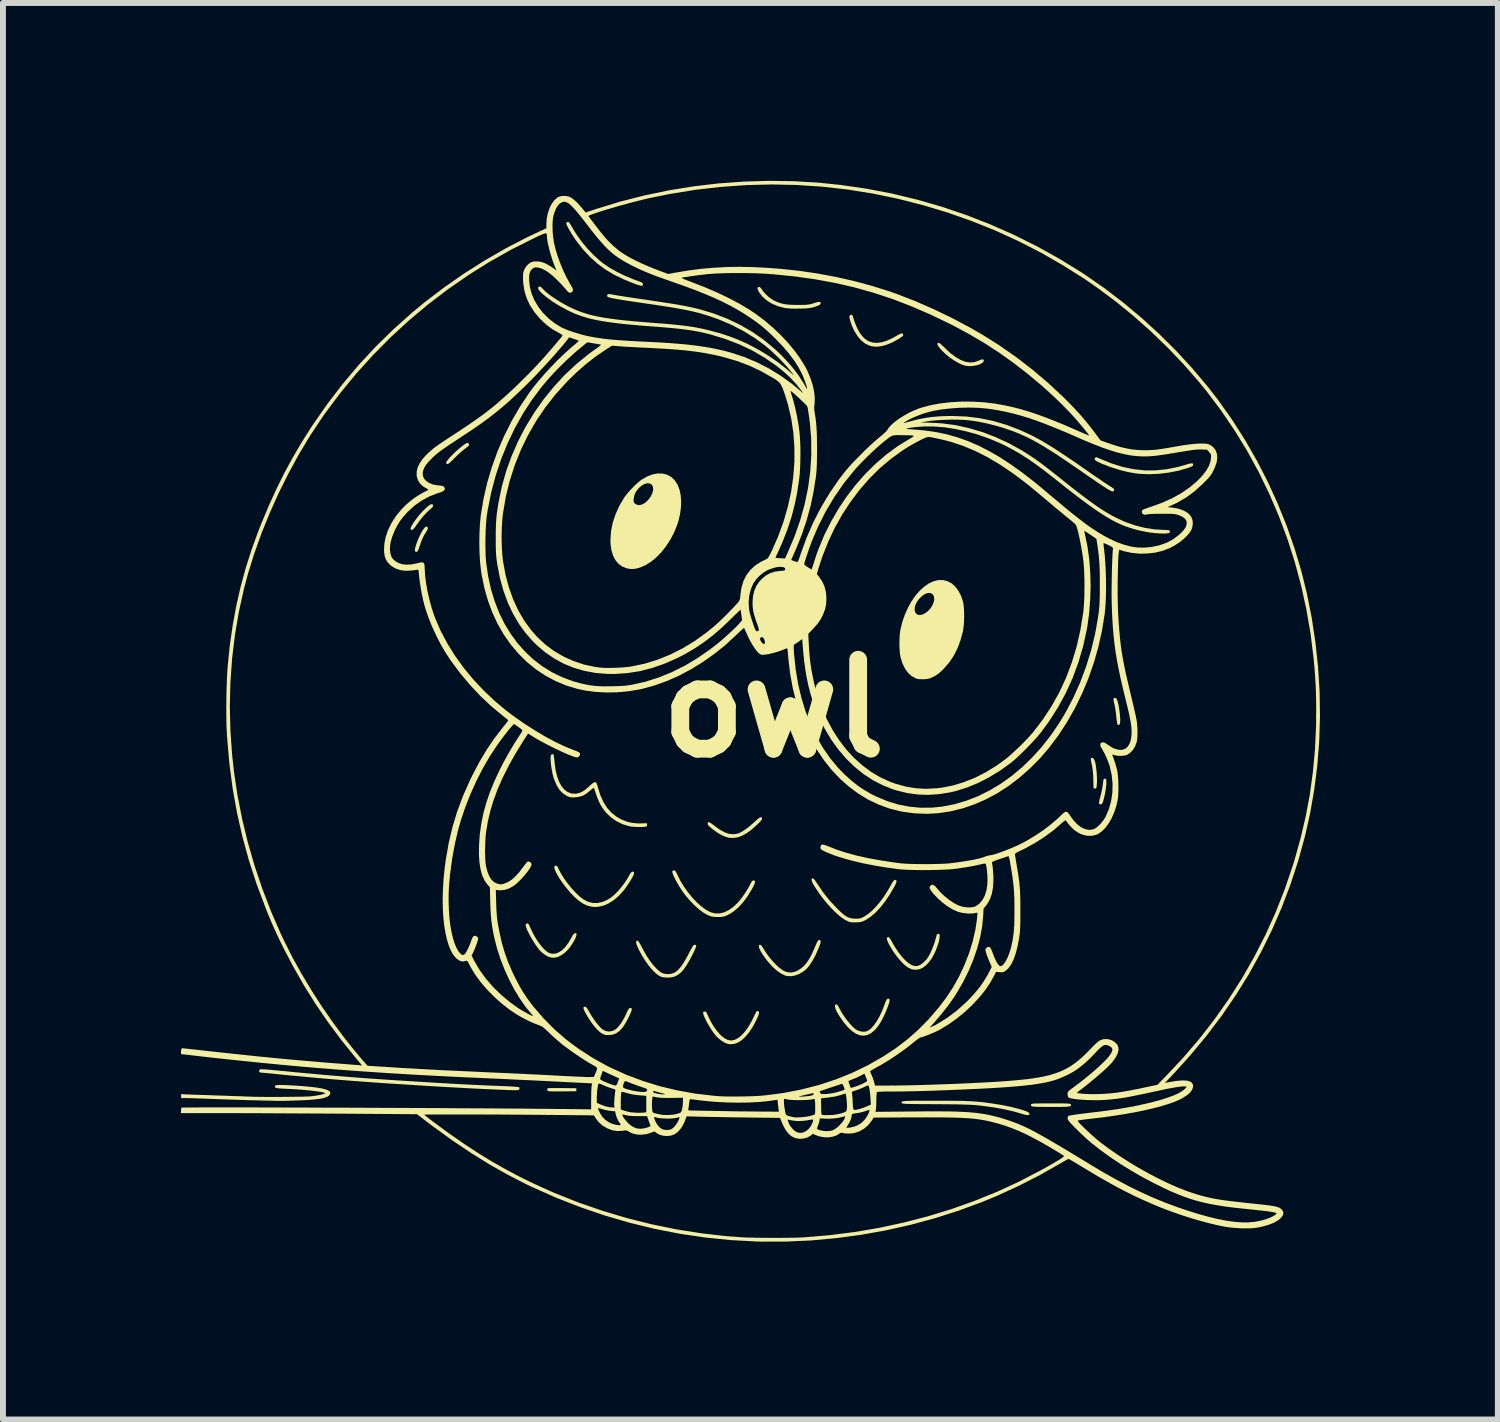
<source format=kicad_pcb>
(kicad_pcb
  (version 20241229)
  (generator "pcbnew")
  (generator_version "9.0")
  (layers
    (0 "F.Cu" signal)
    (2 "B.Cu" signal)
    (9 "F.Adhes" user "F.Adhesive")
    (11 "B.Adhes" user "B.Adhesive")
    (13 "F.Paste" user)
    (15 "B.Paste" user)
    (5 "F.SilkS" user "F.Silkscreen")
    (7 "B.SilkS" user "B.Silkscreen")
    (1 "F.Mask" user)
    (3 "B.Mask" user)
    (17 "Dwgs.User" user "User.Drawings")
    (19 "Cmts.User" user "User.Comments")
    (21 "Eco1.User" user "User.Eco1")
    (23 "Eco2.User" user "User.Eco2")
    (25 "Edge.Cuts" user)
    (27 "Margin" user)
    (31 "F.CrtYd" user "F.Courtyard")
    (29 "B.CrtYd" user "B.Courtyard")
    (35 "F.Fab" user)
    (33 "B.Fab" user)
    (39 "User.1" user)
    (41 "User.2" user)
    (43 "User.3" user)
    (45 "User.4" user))
  (footprint "owl"
    (layer "F.Cu")
    (at 9.995 8.899)
    (property "Reference" "owl" (at 0 0 0) (layer "F.SilkS") (effects (font (size 1.5 1.5) (thickness 0.3))))
    (attr board_only exclude_from_pos_files exclude_from_bom)
    (fp_poly (pts (xy -3.592 6.402) (xy -3.568 6.402) (xy -3.325 6.405) (xy -3.325 6.43) (xy -3.325 6.455) (xy -3.561 6.458) (xy -3.638 6.458) (xy -3.696 6.458) (xy -3.74 6.458) (xy -3.771 6.456) (xy -3.791 6.454) (xy -3.803 6.45) (xy -3.81 6.445) (xy -3.818 6.426) (xy -3.816 6.415) (xy -3.812 6.41) (xy -3.803 6.406) (xy -3.785 6.404) (xy -3.758 6.402) (xy -3.718 6.402) (xy -3.664 6.402)) (stroke (width 0) (type solid)) (fill yes) (layer "F.SilkS"))
    (fp_poly (pts (xy -5.838 -3.062) (xy -5.831 -3.052) (xy -5.828 -3.036) (xy -5.835 -3.015) (xy -5.851 -2.989) (xy -5.891 -2.925) (xy -5.924 -2.859) (xy -5.953 -2.783) (xy -5.965 -2.745) (xy -5.981 -2.699) (xy -5.993 -2.669) (xy -6.003 -2.651) (xy -6.013 -2.643) (xy -6.019 -2.642) (xy -6.039 -2.646) (xy -6.047 -2.656) (xy -6.048 -2.679) (xy -6.041 -2.716) (xy -6.027 -2.763) (xy -6.008 -2.816) (xy -5.985 -2.872) (xy -5.959 -2.927) (xy -5.933 -2.978) (xy -5.907 -3.02) (xy -5.901 -3.027) (xy -5.875 -3.057) (xy -5.854 -3.069)) (stroke (width 0) (type solid)) (fill yes) (layer "F.SilkS"))
    (fp_poly (pts (xy -5.741 -3.433) (xy -5.742 -3.412) (xy -5.756 -3.388) (xy -5.776 -3.371) (xy -5.811 -3.342) (xy -5.854 -3.3) (xy -5.901 -3.249) (xy -5.947 -3.193) (xy -5.991 -3.135) (xy -6.012 -3.105) (xy -6.045 -3.058) (xy -6.07 -3.028) (xy -6.09 -3.013) (xy -6.105 -3.011) (xy -6.113 -3.017) (xy -6.12 -3.031) (xy -6.116 -3.054) (xy -6.1 -3.086) (xy -6.072 -3.131) (xy -6.06 -3.149) (xy -6.018 -3.207) (xy -5.973 -3.264) (xy -5.926 -3.316) (xy -5.881 -3.362) (xy -5.839 -3.401) (xy -5.803 -3.429) (xy -5.774 -3.445) (xy -5.755 -3.446)) (stroke (width 0) (type solid)) (fill yes) (layer "F.SilkS"))
    (fp_poly (pts (xy 5.78 -0.171) (xy 5.795 -0.147) (xy 5.807 -0.111) (xy 5.818 -0.064) (xy 5.828 -0.009) (xy 5.836 0.049) (xy 5.843 0.108) (xy 5.847 0.162) (xy 5.848 0.209) (xy 5.846 0.244) (xy 5.841 0.264) (xy 5.84 0.265) (xy 5.825 0.278) (xy 5.81 0.276) (xy 5.804 0.272) (xy 5.8 0.26) (xy 5.794 0.232) (xy 5.788 0.192) (xy 5.783 0.144) (xy 5.782 0.135) (xy 5.776 0.077) (xy 5.767 0.017) (xy 5.758 -0.037) (xy 5.75 -0.074) (xy 5.739 -0.121) (xy 5.734 -0.152) (xy 5.738 -0.171) (xy 5.749 -0.179) (xy 5.76 -0.18)) (stroke (width 0) (type solid)) (fill yes) (layer "F.SilkS"))
    (fp_poly (pts (xy -5.142 -4.472) (xy -5.133 -4.453) (xy -5.136 -4.438) (xy -5.146 -4.426) (xy -5.169 -4.407) (xy -5.199 -4.384) (xy -5.211 -4.375) (xy -5.245 -4.348) (xy -5.288 -4.311) (xy -5.333 -4.269) (xy -5.377 -4.226) (xy -5.38 -4.223) (xy -5.423 -4.178) (xy -5.456 -4.148) (xy -5.479 -4.129) (xy -5.496 -4.121) (xy -5.508 -4.123) (xy -5.513 -4.127) (xy -5.52 -4.14) (xy -5.516 -4.158) (xy -5.5 -4.183) (xy -5.472 -4.218) (xy -5.43 -4.264) (xy -5.428 -4.265) (xy -5.383 -4.31) (xy -5.335 -4.354) (xy -5.288 -4.395) (xy -5.244 -4.43) (xy -5.206 -4.458) (xy -5.177 -4.475) (xy -5.16 -4.48)) (stroke (width 0) (type solid)) (fill yes) (layer "F.SilkS"))
    (fp_poly (pts (xy 5.386 0.835) (xy 5.405 0.855) (xy 5.421 0.891) (xy 5.43 0.923) (xy 5.44 0.985) (xy 5.449 1.058) (xy 5.454 1.134) (xy 5.457 1.205) (xy 5.455 1.265) (xy 5.455 1.268) (xy 5.451 1.308) (xy 5.447 1.332) (xy 5.442 1.345) (xy 5.433 1.349) (xy 5.424 1.35) (xy 5.405 1.349) (xy 5.398 1.347) (xy 5.398 1.337) (xy 5.397 1.31) (xy 5.396 1.271) (xy 5.395 1.222) (xy 5.395 1.2) (xy 5.392 1.124) (xy 5.386 1.055) (xy 5.379 0.999) (xy 5.376 0.98) (xy 5.364 0.925) (xy 5.356 0.887) (xy 5.352 0.862) (xy 5.352 0.847) (xy 5.356 0.839) (xy 5.363 0.835) (xy 5.365 0.834)) (stroke (width 0) (type solid)) (fill yes) (layer "F.SilkS"))
    (fp_poly (pts (xy 5.602 1.186) (xy 5.609 1.19) (xy 5.613 1.203) (xy 5.614 1.228) (xy 5.614 1.268) (xy 5.614 1.271) (xy 5.61 1.319) (xy 5.602 1.377) (xy 5.591 1.44) (xy 5.577 1.501) (xy 5.563 1.554) (xy 5.549 1.594) (xy 5.547 1.597) (xy 5.532 1.614) (xy 5.513 1.62) (xy 5.497 1.611) (xy 5.494 1.605) (xy 5.491 1.598) (xy 5.49 1.589) (xy 5.492 1.577) (xy 5.496 1.557) (xy 5.503 1.525) (xy 5.515 1.48) (xy 5.524 1.445) (xy 5.536 1.391) (xy 5.547 1.334) (xy 5.555 1.282) (xy 5.557 1.265) (xy 5.562 1.225) (xy 5.566 1.202) (xy 5.572 1.19) (xy 5.581 1.185) (xy 5.59 1.185)) (stroke (width 0) (type solid)) (fill yes) (layer "F.SilkS"))
    (fp_poly (pts (xy 2.799 -6.162) (xy 2.827 -6.141) (xy 2.867 -6.104) (xy 2.893 -6.078) (xy 2.983 -5.993) (xy 3.072 -5.927) (xy 3.157 -5.878) (xy 3.239 -5.847) (xy 3.318 -5.835) (xy 3.391 -5.842) (xy 3.451 -5.863) (xy 3.493 -5.881) (xy 3.521 -5.889) (xy 3.539 -5.885) (xy 3.547 -5.875) (xy 3.545 -5.853) (xy 3.528 -5.832) (xy 3.496 -5.813) (xy 3.455 -5.796) (xy 3.406 -5.784) (xy 3.353 -5.776) (xy 3.299 -5.774) (xy 3.248 -5.779) (xy 3.24 -5.78) (xy 3.179 -5.799) (xy 3.111 -5.832) (xy 3.038 -5.875) (xy 2.965 -5.926) (xy 2.896 -5.983) (xy 2.835 -6.043) (xy 2.812 -6.068) (xy 2.781 -6.109) (xy 2.766 -6.138) (xy 2.765 -6.158) (xy 2.781 -6.168) (xy 2.783 -6.168)) (stroke (width 0) (type solid)) (fill yes) (layer "F.SilkS"))
    (fp_poly (pts (xy 4.769 6.66) (xy 4.842 6.66) (xy 4.898 6.661) (xy 4.941 6.662) (xy 4.971 6.664) (xy 4.992 6.666) (xy 5.005 6.669) (xy 5.012 6.672) (xy 5.014 6.676) (xy 5.018 6.688) (xy 5.017 6.697) (xy 5.011 6.705) (xy 4.997 6.71) (xy 4.974 6.714) (xy 4.94 6.717) (xy 4.892 6.719) (xy 4.83 6.72) (xy 4.75 6.72) (xy 4.68 6.72) (xy 4.59 6.72) (xy 4.518 6.719) (xy 4.462 6.719) (xy 4.42 6.717) (xy 4.39 6.715) (xy 4.369 6.713) (xy 4.357 6.71) (xy 4.35 6.706) (xy 4.35 6.705) (xy 4.342 6.685) (xy 4.344 6.675) (xy 4.347 6.671) (xy 4.356 6.668) (xy 4.373 6.665) (xy 4.399 6.663) (xy 4.435 6.662) (xy 4.486 6.661) (xy 4.551 6.66) (xy 4.633 6.66) (xy 4.679 6.66)) (stroke (width 0) (type solid)) (fill yes) (layer "F.SilkS"))
    (fp_poly (pts (xy 5.459 -4.233) (xy 5.487 -4.221) (xy 5.506 -4.213) (xy 5.698 -4.134) (xy 5.886 -4.075) (xy 6.073 -4.036) (xy 6.259 -4.016) (xy 6.446 -4.016) (xy 6.633 -4.035) (xy 6.821 -4.073) (xy 6.953 -4.111) (xy 7.006 -4.127) (xy 7.043 -4.134) (xy 7.066 -4.134) (xy 7.077 -4.126) (xy 7.078 -4.109) (xy 7.078 -4.108) (xy 7.074 -4.096) (xy 7.062 -4.086) (xy 7.038 -4.074) (xy 7.001 -4.06) (xy 6.98 -4.053) (xy 6.828 -4.01) (xy 6.666 -3.978) (xy 6.502 -3.958) (xy 6.338 -3.951) (xy 6.181 -3.957) (xy 6.107 -3.965) (xy 5.974 -3.989) (xy 5.833 -4.025) (xy 5.69 -4.07) (xy 5.554 -4.122) (xy 5.503 -4.145) (xy 5.459 -4.166) (xy 5.431 -4.183) (xy 5.418 -4.198) (xy 5.417 -4.212) (xy 5.425 -4.226) (xy 5.432 -4.235) (xy 5.442 -4.237)) (stroke (width 0) (type solid)) (fill yes) (layer "F.SilkS"))
    (fp_poly (pts (xy 1.331 -6.634) (xy 1.334 -6.628) (xy 1.371 -6.512) (xy 1.411 -6.416) (xy 1.455 -6.336) (xy 1.503 -6.273) (xy 1.556 -6.224) (xy 1.608 -6.193) (xy 1.676 -6.171) (xy 1.752 -6.166) (xy 1.836 -6.179) (xy 1.927 -6.209) (xy 2.024 -6.255) (xy 2.068 -6.281) (xy 2.115 -6.308) (xy 2.149 -6.323) (xy 2.171 -6.326) (xy 2.184 -6.317) (xy 2.188 -6.303) (xy 2.186 -6.29) (xy 2.175 -6.276) (xy 2.15 -6.258) (xy 2.118 -6.237) (xy 2.015 -6.179) (xy 1.916 -6.137) (xy 1.823 -6.111) (xy 1.737 -6.101) (xy 1.659 -6.108) (xy 1.633 -6.115) (xy 1.555 -6.149) (xy 1.485 -6.202) (xy 1.422 -6.274) (xy 1.366 -6.364) (xy 1.355 -6.385) (xy 1.33 -6.44) (xy 1.309 -6.494) (xy 1.293 -6.545) (xy 1.283 -6.586) (xy 1.281 -6.616) (xy 1.283 -6.623) (xy 1.296 -6.636) (xy 1.315 -6.64)) (stroke (width 0) (type solid)) (fill yes) (layer "F.SilkS"))
    (fp_poly (pts (xy -0.199 1.837) (xy -0.192 1.854) (xy -0.192 1.856) (xy -0.195 1.87) (xy -0.21 1.891) (xy -0.237 1.921) (xy -0.278 1.961) (xy -0.282 1.965) (xy -0.37 2.043) (xy -0.453 2.104) (xy -0.531 2.147) (xy -0.606 2.174) (xy -0.68 2.184) (xy -0.754 2.18) (xy -0.754 2.179) (xy -0.812 2.163) (xy -0.878 2.133) (xy -0.948 2.092) (xy -1.018 2.042) (xy -1.028 2.035) (xy -1.067 2.002) (xy -1.093 1.977) (xy -1.106 1.959) (xy -1.11 1.944) (xy -1.107 1.924) (xy -1.096 1.916) (xy -1.077 1.921) (xy -1.047 1.939) (xy -1.004 1.971) (xy -0.993 1.98) (xy -0.909 2.042) (xy -0.831 2.085) (xy -0.759 2.112) (xy -0.689 2.121) (xy -0.621 2.114) (xy -0.592 2.106) (xy -0.543 2.084) (xy -0.485 2.048) (xy -0.422 2.002) (xy -0.355 1.946) (xy -0.314 1.908) (xy -0.27 1.868) (xy -0.237 1.843) (xy -0.214 1.833)) (stroke (width 0) (type solid)) (fill yes) (layer "F.SilkS"))
    (fp_poly (pts (xy -3.457 -8.205) (xy -3.441 -8.189) (xy -3.42 -8.158) (xy -3.4 -8.123) (xy -3.328 -8.003) (xy -3.241 -7.881) (xy -3.143 -7.762) (xy -3.038 -7.652) (xy -2.931 -7.554) (xy -2.865 -7.502) (xy -2.76 -7.431) (xy -2.639 -7.363) (xy -2.507 -7.299) (xy -2.369 -7.241) (xy -2.31 -7.219) (xy -2.264 -7.203) (xy -2.233 -7.19) (xy -2.215 -7.18) (xy -2.206 -7.17) (xy -2.202 -7.158) (xy -2.202 -7.156) (xy -2.202 -7.137) (xy -2.214 -7.131) (xy -2.227 -7.13) (xy -2.249 -7.134) (xy -2.283 -7.143) (xy -2.324 -7.157) (xy -2.345 -7.164) (xy -2.525 -7.237) (xy -2.689 -7.317) (xy -2.838 -7.406) (xy -2.973 -7.506) (xy -3.098 -7.619) (xy -3.215 -7.745) (xy -3.324 -7.886) (xy -3.335 -7.901) (xy -3.369 -7.951) (xy -3.404 -8.006) (xy -3.436 -8.059) (xy -3.456 -8.094) (xy -3.477 -8.135) (xy -3.49 -8.162) (xy -3.494 -8.179) (xy -3.493 -8.19) (xy -3.487 -8.197) (xy -3.472 -8.207)) (stroke (width 0) (type solid)) (fill yes) (layer "F.SilkS"))
    (fp_poly (pts (xy -0.226 -7.104) (xy -0.207 -7.084) (xy -0.197 -7.067) (xy -0.164 -7.023) (xy -0.119 -6.975) (xy -0.067 -6.93) (xy -0.014 -6.893) (xy 0.009 -6.88) (xy 0.064 -6.855) (xy 0.117 -6.836) (xy 0.171 -6.822) (xy 0.232 -6.813) (xy 0.303 -6.808) (xy 0.389 -6.806) (xy 0.405 -6.806) (xy 0.471 -6.806) (xy 0.521 -6.807) (xy 0.56 -6.809) (xy 0.591 -6.813) (xy 0.62 -6.818) (xy 0.65 -6.826) (xy 0.673 -6.833) (xy 0.721 -6.848) (xy 0.753 -6.856) (xy 0.774 -6.859) (xy 0.786 -6.856) (xy 0.792 -6.848) (xy 0.794 -6.843) (xy 0.795 -6.826) (xy 0.783 -6.811) (xy 0.756 -6.796) (xy 0.712 -6.78) (xy 0.688 -6.772) (xy 0.654 -6.763) (xy 0.621 -6.756) (xy 0.586 -6.751) (xy 0.544 -6.747) (xy 0.491 -6.745) (xy 0.435 -6.744) (xy 0.347 -6.743) (xy 0.275 -6.746) (xy 0.218 -6.751) (xy 0.188 -6.755) (xy 0.075 -6.785) (xy -0.027 -6.828) (xy -0.116 -6.884) (xy -0.19 -6.951) (xy -0.241 -7.018) (xy -0.262 -7.058) (xy -0.27 -7.088) (xy -0.263 -7.105) (xy -0.246 -7.11)) (stroke (width 0) (type solid)) (fill yes) (layer "F.SilkS"))
    (fp_poly (pts (xy -3.165 5.034) (xy -3.152 5.046) (xy -3.135 5.07) (xy -3.112 5.109) (xy -3.106 5.12) (xy -3.071 5.179) (xy -3.031 5.24) (xy -2.989 5.298) (xy -2.948 5.348) (xy -2.911 5.389) (xy -2.883 5.412) (xy -2.829 5.44) (xy -2.77 5.449) (xy -2.71 5.437) (xy -2.705 5.436) (xy -2.659 5.409) (xy -2.612 5.363) (xy -2.564 5.299) (xy -2.517 5.219) (xy -2.475 5.13) (xy -2.457 5.092) (xy -2.443 5.068) (xy -2.43 5.056) (xy -2.416 5.052) (xy -2.397 5.052) (xy -2.391 5.064) (xy -2.39 5.076) (xy -2.395 5.1) (xy -2.409 5.136) (xy -2.429 5.181) (xy -2.454 5.231) (xy -2.481 5.281) (xy -2.509 5.328) (xy -2.535 5.368) (xy -2.548 5.386) (xy -2.598 5.44) (xy -2.649 5.477) (xy -2.703 5.499) (xy -2.764 5.508) (xy -2.811 5.508) (xy -2.847 5.502) (xy -2.878 5.49) (xy -2.923 5.462) (xy -2.973 5.416) (xy -3.026 5.355) (xy -3.081 5.281) (xy -3.136 5.195) (xy -3.175 5.127) (xy -3.196 5.084) (xy -3.205 5.054) (xy -3.201 5.037) (xy -3.184 5.03) (xy -3.178 5.03)) (stroke (width 0) (type solid)) (fill yes) (layer "F.SilkS"))
    (fp_poly (pts (xy 0.788 3.909) (xy 0.796 3.921) (xy 0.795 3.944) (xy 0.785 3.98) (xy 0.766 4.032) (xy 0.765 4.033) (xy 0.717 4.144) (xy 0.667 4.241) (xy 0.615 4.322) (xy 0.564 4.386) (xy 0.515 4.429) (xy 0.437 4.476) (xy 0.36 4.505) (xy 0.286 4.516) (xy 0.216 4.509) (xy 0.193 4.502) (xy 0.125 4.469) (xy 0.054 4.419) (xy -0.02 4.352) (xy -0.093 4.27) (xy -0.139 4.21) (xy -0.185 4.145) (xy -0.219 4.089) (xy -0.24 4.044) (xy -0.248 4.012) (xy -0.243 3.992) (xy -0.225 3.985) (xy -0.209 3.993) (xy -0.189 4.018) (xy -0.172 4.045) (xy -0.129 4.115) (xy -0.078 4.185) (xy -0.022 4.252) (xy 0.035 4.314) (xy 0.092 4.367) (xy 0.145 4.407) (xy 0.178 4.427) (xy 0.24 4.449) (xy 0.3 4.453) (xy 0.362 4.44) (xy 0.401 4.423) (xy 0.457 4.39) (xy 0.508 4.348) (xy 0.554 4.296) (xy 0.599 4.231) (xy 0.643 4.15) (xy 0.687 4.053) (xy 0.696 4.032) (xy 0.718 3.98) (xy 0.734 3.945) (xy 0.747 3.922) (xy 0.757 3.91) (xy 0.767 3.905) (xy 0.772 3.905)) (stroke (width 0) (type solid)) (fill yes) (layer "F.SilkS"))
    (fp_poly (pts (xy 1.945 4.894) (xy 1.955 4.903) (xy 1.959 4.922) (xy 1.954 4.952) (xy 1.941 4.994) (xy 1.92 5.052) (xy 1.907 5.085) (xy 1.864 5.185) (xy 1.822 5.267) (xy 1.78 5.336) (xy 1.735 5.395) (xy 1.705 5.427) (xy 1.646 5.476) (xy 1.586 5.507) (xy 1.524 5.518) (xy 1.459 5.512) (xy 1.455 5.511) (xy 1.39 5.485) (xy 1.324 5.44) (xy 1.256 5.377) (xy 1.196 5.306) (xy 1.143 5.234) (xy 1.1 5.169) (xy 1.067 5.113) (xy 1.046 5.065) (xy 1.036 5.028) (xy 1.038 5.003) (xy 1.052 4.991) (xy 1.06 4.99) (xy 1.073 4.996) (xy 1.089 5.017) (xy 1.111 5.054) (xy 1.12 5.072) (xy 1.155 5.135) (xy 1.197 5.199) (xy 1.243 5.261) (xy 1.291 5.319) (xy 1.337 5.368) (xy 1.38 5.406) (xy 1.409 5.425) (xy 1.468 5.446) (xy 1.527 5.452) (xy 1.562 5.447) (xy 1.606 5.427) (xy 1.652 5.39) (xy 1.699 5.336) (xy 1.745 5.269) (xy 1.79 5.19) (xy 1.832 5.101) (xy 1.87 5.004) (xy 1.87 5.003) (xy 1.889 4.951) (xy 1.905 4.917) (xy 1.919 4.898) (xy 1.933 4.892)) (stroke (width 0) (type solid)) (fill yes) (layer "F.SilkS"))
    (fp_poly (pts (xy -4.137 3.63) (xy -4.134 3.632) (xy -4.124 3.648) (xy -4.11 3.675) (xy -4.095 3.71) (xy -4.095 3.71) (xy -4.058 3.789) (xy -4.014 3.867) (xy -3.966 3.94) (xy -3.917 4.006) (xy -3.867 4.061) (xy -3.82 4.102) (xy -3.792 4.119) (xy -3.737 4.137) (xy -3.68 4.135) (xy -3.623 4.115) (xy -3.566 4.077) (xy -3.51 4.022) (xy -3.457 3.95) (xy -3.416 3.88) (xy -3.394 3.838) (xy -3.377 3.812) (xy -3.364 3.797) (xy -3.352 3.791) (xy -3.343 3.79) (xy -3.326 3.792) (xy -3.321 3.802) (xy -3.323 3.823) (xy -3.333 3.858) (xy -3.354 3.902) (xy -3.383 3.952) (xy -3.416 4.003) (xy -3.451 4.05) (xy -3.472 4.074) (xy -3.521 4.121) (xy -3.576 4.16) (xy -3.631 4.188) (xy -3.68 4.202) (xy -3.713 4.203) (xy -3.751 4.2) (xy -3.76 4.199) (xy -3.807 4.182) (xy -3.858 4.152) (xy -3.909 4.112) (xy -3.948 4.072) (xy -3.984 4.025) (xy -4.022 3.971) (xy -4.059 3.912) (xy -4.095 3.851) (xy -4.126 3.792) (xy -4.152 3.739) (xy -4.17 3.694) (xy -4.179 3.661) (xy -4.18 3.654) (xy -4.173 3.633) (xy -4.156 3.624)) (stroke (width 0) (type solid)) (fill yes) (layer "F.SilkS"))
    (fp_poly (pts (xy -0.266 5.102) (xy -0.25 5.109) (xy -0.243 5.126) (xy -0.247 5.154) (xy -0.262 5.195) (xy -0.287 5.251) (xy -0.289 5.255) (xy -0.346 5.364) (xy -0.407 5.456) (xy -0.47 5.533) (xy -0.535 5.593) (xy -0.6 5.635) (xy -0.666 5.658) (xy -0.732 5.663) (xy -0.773 5.656) (xy -0.826 5.635) (xy -0.882 5.6) (xy -0.936 5.555) (xy -0.975 5.516) (xy -1.008 5.473) (xy -1.043 5.423) (xy -1.077 5.369) (xy -1.11 5.313) (xy -1.139 5.259) (xy -1.162 5.209) (xy -1.179 5.168) (xy -1.187 5.138) (xy -1.186 5.124) (xy -1.173 5.113) (xy -1.157 5.11) (xy -1.144 5.113) (xy -1.133 5.123) (xy -1.121 5.145) (xy -1.104 5.182) (xy -1.102 5.188) (xy -1.082 5.23) (xy -1.056 5.282) (xy -1.026 5.333) (xy -1.01 5.359) (xy -0.95 5.443) (xy -0.89 5.51) (xy -0.831 5.558) (xy -0.773 5.589) (xy -0.718 5.6) (xy -0.714 5.6) (xy -0.659 5.59) (xy -0.601 5.562) (xy -0.543 5.516) (xy -0.485 5.454) (xy -0.428 5.377) (xy -0.374 5.286) (xy -0.324 5.184) (xy -0.305 5.143) (xy -0.291 5.118) (xy -0.28 5.105) (xy -0.269 5.102)) (stroke (width 0) (type solid)) (fill yes) (layer "F.SilkS"))
    (fp_poly (pts (xy -3.658 2.653) (xy -3.646 2.663) (xy -3.633 2.686) (xy -3.624 2.707) (xy -3.584 2.784) (xy -3.532 2.867) (xy -3.471 2.951) (xy -3.405 3.032) (xy -3.336 3.107) (xy -3.268 3.172) (xy -3.208 3.218) (xy -3.133 3.258) (xy -3.053 3.279) (xy -2.971 3.281) (xy -2.887 3.264) (xy -2.803 3.228) (xy -2.727 3.179) (xy -2.672 3.131) (xy -2.612 3.069) (xy -2.553 2.998) (xy -2.498 2.923) (xy -2.452 2.849) (xy -2.424 2.798) (xy -2.406 2.77) (xy -2.385 2.754) (xy -2.367 2.751) (xy -2.354 2.762) (xy -2.35 2.781) (xy -2.356 2.8) (xy -2.371 2.832) (xy -2.394 2.873) (xy -2.423 2.92) (xy -2.455 2.969) (xy -2.488 3.018) (xy -2.521 3.062) (xy -2.529 3.072) (xy -2.606 3.157) (xy -2.688 3.228) (xy -2.774 3.284) (xy -2.861 3.323) (xy -2.924 3.339) (xy -2.971 3.346) (xy -3.009 3.348) (xy -3.049 3.345) (xy -3.08 3.34) (xy -3.146 3.322) (xy -3.212 3.291) (xy -3.28 3.244) (xy -3.354 3.181) (xy -3.419 3.114) (xy -3.484 3.037) (xy -3.547 2.956) (xy -3.604 2.874) (xy -3.65 2.797) (xy -3.672 2.754) (xy -3.69 2.71) (xy -3.697 2.679) (xy -3.692 2.661) (xy -3.675 2.652) (xy -3.672 2.652)) (stroke (width 0) (type solid)) (fill yes) (layer "F.SilkS"))
    (fp_poly (pts (xy -2.285 3.92) (xy -2.271 3.936) (xy -2.253 3.965) (xy -2.229 4.009) (xy -2.215 4.035) (xy -2.153 4.15) (xy -2.09 4.247) (xy -2.025 4.332) (xy -1.975 4.385) (xy -1.929 4.428) (xy -1.889 4.456) (xy -1.849 4.472) (xy -1.803 4.479) (xy -1.774 4.48) (xy -1.725 4.475) (xy -1.678 4.459) (xy -1.634 4.432) (xy -1.591 4.391) (xy -1.546 4.335) (xy -1.5 4.264) (xy -1.45 4.175) (xy -1.424 4.125) (xy -1.396 4.071) (xy -1.375 4.033) (xy -1.359 4.008) (xy -1.347 3.993) (xy -1.337 3.986) (xy -1.329 3.985) (xy -1.308 3.991) (xy -1.302 4.002) (xy -1.305 4.016) (xy -1.316 4.045) (xy -1.333 4.084) (xy -1.354 4.129) (xy -1.361 4.142) (xy -1.415 4.245) (xy -1.466 4.331) (xy -1.514 4.4) (xy -1.562 4.453) (xy -1.611 4.492) (xy -1.661 4.519) (xy -1.715 4.534) (xy -1.774 4.539) (xy -1.78 4.539) (xy -1.823 4.537) (xy -1.863 4.533) (xy -1.893 4.526) (xy -1.893 4.526) (xy -1.94 4.501) (xy -1.993 4.459) (xy -2.049 4.403) (xy -2.106 4.334) (xy -2.162 4.255) (xy -2.217 4.168) (xy -2.267 4.076) (xy -2.275 4.059) (xy -2.301 4.001) (xy -2.315 3.959) (xy -2.316 3.931) (xy -2.306 3.917) (xy -2.296 3.915)) (stroke (width 0) (type solid)) (fill yes) (layer "F.SilkS"))
    (fp_poly (pts (xy 2.796 3.806) (xy 2.803 3.818) (xy 2.804 3.843) (xy 2.803 3.85) (xy 2.798 3.893) (xy 2.784 3.949) (xy 2.763 4.013) (xy 2.738 4.079) (xy 2.709 4.144) (xy 2.706 4.149) (xy 2.667 4.218) (xy 2.62 4.281) (xy 2.569 4.335) (xy 2.517 4.374) (xy 2.514 4.376) (xy 2.464 4.397) (xy 2.408 4.406) (xy 2.354 4.404) (xy 2.329 4.397) (xy 2.285 4.377) (xy 2.245 4.352) (xy 2.202 4.316) (xy 2.153 4.267) (xy 2.112 4.221) (xy 2.071 4.168) (xy 2.03 4.111) (xy 1.993 4.054) (xy 1.961 4) (xy 1.935 3.951) (xy 1.918 3.911) (xy 1.912 3.882) (xy 1.912 3.877) (xy 1.922 3.858) (xy 1.935 3.855) (xy 1.947 3.86) (xy 1.963 3.878) (xy 1.984 3.91) (xy 2.003 3.945) (xy 2.055 4.034) (xy 2.11 4.115) (xy 2.167 4.188) (xy 2.224 4.248) (xy 2.278 4.295) (xy 2.329 4.326) (xy 2.348 4.334) (xy 2.393 4.345) (xy 2.433 4.342) (xy 2.473 4.325) (xy 2.517 4.294) (xy 2.54 4.273) (xy 2.573 4.241) (xy 2.599 4.208) (xy 2.623 4.169) (xy 2.65 4.117) (xy 2.65 4.116) (xy 2.674 4.062) (xy 2.698 4.002) (xy 2.718 3.944) (xy 2.725 3.92) (xy 2.737 3.878) (xy 2.747 3.843) (xy 2.754 3.819) (xy 2.756 3.812) (xy 2.768 3.803) (xy 2.782 3.802)) (stroke (width 0) (type solid)) (fill yes) (layer "F.SilkS"))
    (fp_poly (pts (xy -1.665 2.733) (xy -1.653 2.744) (xy -1.639 2.767) (xy -1.621 2.804) (xy -1.616 2.815) (xy -1.566 2.914) (xy -1.505 3.012) (xy -1.437 3.106) (xy -1.364 3.195) (xy -1.288 3.274) (xy -1.211 3.342) (xy -1.136 3.397) (xy -1.065 3.434) (xy -1.064 3.435) (xy -0.99 3.456) (xy -0.913 3.457) (xy -0.834 3.439) (xy -0.756 3.402) (xy -0.677 3.346) (xy -0.605 3.278) (xy -0.539 3.2) (xy -0.475 3.109) (xy -0.416 3.011) (xy -0.396 2.973) (xy -0.377 2.936) (xy -0.362 2.913) (xy -0.349 2.903) (xy -0.335 2.9) (xy -0.317 2.905) (xy -0.311 2.919) (xy -0.315 2.946) (xy -0.331 2.985) (xy -0.359 3.039) (xy -0.361 3.042) (xy -0.435 3.164) (xy -0.513 3.269) (xy -0.593 3.357) (xy -0.677 3.427) (xy -0.756 3.475) (xy -0.799 3.495) (xy -0.832 3.507) (xy -0.866 3.514) (xy -0.909 3.517) (xy -0.92 3.517) (xy -0.969 3.517) (xy -1.015 3.513) (xy -1.05 3.507) (xy -1.051 3.507) (xy -1.117 3.48) (xy -1.189 3.438) (xy -1.265 3.38) (xy -1.342 3.311) (xy -1.419 3.23) (xy -1.493 3.141) (xy -1.503 3.127) (xy -1.542 3.073) (xy -1.58 3.014) (xy -1.615 2.955) (xy -1.647 2.898) (xy -1.674 2.845) (xy -1.693 2.8) (xy -1.705 2.766) (xy -1.706 2.744) (xy -1.706 2.743) (xy -1.693 2.733) (xy -1.678 2.73)) (stroke (width 0) (type solid)) (fill yes) (layer "F.SilkS"))
    (fp_poly (pts (xy 2.86 6.615) (xy 2.978 6.616) (xy 3.082 6.617) (xy 3.173 6.618) (xy 3.253 6.621) (xy 3.325 6.624) (xy 3.392 6.628) (xy 3.455 6.633) (xy 3.517 6.639) (xy 3.58 6.647) (xy 3.648 6.656) (xy 3.684 6.661) (xy 3.851 6.688) (xy 4.001 6.718) (xy 4.134 6.752) (xy 4.182 6.766) (xy 4.239 6.785) (xy 4.279 6.8) (xy 4.304 6.814) (xy 4.316 6.826) (xy 4.318 6.839) (xy 4.317 6.844) (xy 4.305 6.856) (xy 4.281 6.858) (xy 4.243 6.852) (xy 4.19 6.837) (xy 4.18 6.833) (xy 4.044 6.794) (xy 3.889 6.759) (xy 3.716 6.728) (xy 3.525 6.702) (xy 3.445 6.693) (xy 3.403 6.689) (xy 3.357 6.686) (xy 3.305 6.683) (xy 3.246 6.681) (xy 3.177 6.679) (xy 3.096 6.677) (xy 3.001 6.676) (xy 2.891 6.675) (xy 2.763 6.674) (xy 2.73 6.674) (xy 2.609 6.673) (xy 2.507 6.673) (xy 2.422 6.672) (xy 2.352 6.671) (xy 2.296 6.67) (xy 2.253 6.669) (xy 2.22 6.667) (xy 2.196 6.665) (xy 2.18 6.663) (xy 2.171 6.66) (xy 2.166 6.657) (xy 2.165 6.656) (xy 2.16 6.647) (xy 2.158 6.64) (xy 2.161 6.634) (xy 2.169 6.629) (xy 2.185 6.625) (xy 2.209 6.622) (xy 2.244 6.619) (xy 2.29 6.618) (xy 2.349 6.616) (xy 2.423 6.616) (xy 2.512 6.615) (xy 2.619 6.615) (xy 2.723 6.615)) (stroke (width 0) (type solid)) (fill yes) (layer "F.SilkS"))
    (fp_poly (pts (xy 0.678 2.873) (xy 0.7 2.898) (xy 0.729 2.94) (xy 0.742 2.96) (xy 0.839 3.104) (xy 0.945 3.236) (xy 1.064 3.364) (xy 1.065 3.365) (xy 1.125 3.424) (xy 1.175 3.468) (xy 1.218 3.501) (xy 1.259 3.523) (xy 1.298 3.536) (xy 1.341 3.543) (xy 1.385 3.545) (xy 1.428 3.544) (xy 1.46 3.54) (xy 1.488 3.531) (xy 1.522 3.514) (xy 1.529 3.51) (xy 1.589 3.471) (xy 1.655 3.417) (xy 1.721 3.35) (xy 1.786 3.275) (xy 1.813 3.241) (xy 1.841 3.203) (xy 1.867 3.167) (xy 1.891 3.129) (xy 1.918 3.086) (xy 1.949 3.034) (xy 1.986 2.969) (xy 2.004 2.938) (xy 2.027 2.904) (xy 2.047 2.89) (xy 2.051 2.89) (xy 2.07 2.895) (xy 2.076 2.912) (xy 2.069 2.941) (xy 2.05 2.984) (xy 2.045 2.994) (xy 1.969 3.125) (xy 1.89 3.244) (xy 1.809 3.348) (xy 1.727 3.437) (xy 1.646 3.508) (xy 1.565 3.562) (xy 1.558 3.565) (xy 1.52 3.585) (xy 1.49 3.596) (xy 1.459 3.603) (xy 1.421 3.606) (xy 1.395 3.607) (xy 1.344 3.608) (xy 1.306 3.605) (xy 1.274 3.597) (xy 1.258 3.591) (xy 1.198 3.56) (xy 1.132 3.513) (xy 1.06 3.452) (xy 0.986 3.379) (xy 0.911 3.297) (xy 0.836 3.206) (xy 0.765 3.109) (xy 0.698 3.009) (xy 0.695 3.005) (xy 0.663 2.95) (xy 0.646 2.908) (xy 0.642 2.881) (xy 0.653 2.867) (xy 0.664 2.865)) (stroke (width 0) (type solid)) (fill yes) (layer "F.SilkS"))
    (fp_poly (pts (xy -1.869 -3.962) (xy -1.795 -3.943) (xy -1.728 -3.907) (xy -1.67 -3.853) (xy -1.622 -3.783) (xy -1.615 -3.77) (xy -1.585 -3.691) (xy -1.565 -3.599) (xy -1.557 -3.496) (xy -1.561 -3.388) (xy -1.576 -3.276) (xy -1.602 -3.164) (xy -1.622 -3.102) (xy -1.674 -2.973) (xy -1.737 -2.852) (xy -1.809 -2.74) (xy -1.888 -2.639) (xy -1.973 -2.551) (xy -2.063 -2.477) (xy -2.156 -2.418) (xy -2.25 -2.377) (xy -2.308 -2.361) (xy -2.364 -2.352) (xy -2.413 -2.353) (xy -2.465 -2.362) (xy -2.477 -2.365) (xy -2.552 -2.395) (xy -2.615 -2.441) (xy -2.666 -2.503) (xy -2.706 -2.579) (xy -2.733 -2.669) (xy -2.748 -2.773) (xy -2.75 -2.843) (xy -2.74 -2.988) (xy -2.711 -3.134) (xy -2.662 -3.28) (xy -2.595 -3.426) (xy -2.548 -3.505) (xy -2.359 -3.505) (xy -2.357 -3.484) (xy -2.347 -3.467) (xy -2.337 -3.456) (xy -2.302 -3.435) (xy -2.259 -3.43) (xy -2.211 -3.442) (xy -2.207 -3.444) (xy -2.158 -3.474) (xy -2.113 -3.517) (xy -2.074 -3.569) (xy -2.045 -3.626) (xy -2.03 -3.681) (xy -2.028 -3.699) (xy -2.035 -3.744) (xy -2.054 -3.776) (xy -2.084 -3.794) (xy -2.121 -3.799) (xy -2.165 -3.79) (xy -2.211 -3.767) (xy -2.259 -3.73) (xy -2.271 -3.717) (xy -2.317 -3.66) (xy -2.345 -3.6) (xy -2.357 -3.539) (xy -2.359 -3.505) (xy -2.548 -3.505) (xy -2.513 -3.564) (xy -2.478 -3.61) (xy -2.433 -3.663) (xy -2.382 -3.718) (xy -2.328 -3.772) (xy -2.275 -3.819) (xy -2.229 -3.856) (xy -2.215 -3.865) (xy -2.124 -3.916) (xy -2.035 -3.949) (xy -1.95 -3.964)) (stroke (width 0) (type solid)) (fill yes) (layer "F.SilkS"))
    (fp_poly (pts (xy 2.86 -2.166) (xy 2.935 -2.147) (xy 3.004 -2.111) (xy 3.065 -2.057) (xy 3.118 -1.986) (xy 3.163 -1.901) (xy 3.197 -1.8) (xy 3.197 -1.8) (xy 3.206 -1.753) (xy 3.212 -1.692) (xy 3.215 -1.621) (xy 3.216 -1.545) (xy 3.214 -1.468) (xy 3.209 -1.397) (xy 3.201 -1.335) (xy 3.197 -1.31) (xy 3.156 -1.156) (xy 3.105 -1.017) (xy 3.042 -0.892) (xy 2.965 -0.777) (xy 2.874 -0.673) (xy 2.866 -0.664) (xy 2.819 -0.619) (xy 2.78 -0.586) (xy 2.743 -0.56) (xy 2.702 -0.537) (xy 2.697 -0.535) (xy 2.654 -0.515) (xy 2.621 -0.503) (xy 2.587 -0.497) (xy 2.544 -0.494) (xy 2.532 -0.493) (xy 2.466 -0.494) (xy 2.419 -0.501) (xy 2.408 -0.505) (xy 2.335 -0.543) (xy 2.272 -0.598) (xy 2.219 -0.671) (xy 2.176 -0.759) (xy 2.144 -0.86) (xy 2.134 -0.915) (xy 2.128 -0.984) (xy 2.124 -1.061) (xy 2.125 -1.142) (xy 2.128 -1.221) (xy 2.135 -1.292) (xy 2.143 -1.34) (xy 2.176 -1.469) (xy 2.219 -1.591) (xy 2.246 -1.651) (xy 2.382 -1.651) (xy 2.396 -1.612) (xy 2.4 -1.607) (xy 2.43 -1.582) (xy 2.468 -1.575) (xy 2.515 -1.586) (xy 2.557 -1.606) (xy 2.604 -1.641) (xy 2.645 -1.684) (xy 2.677 -1.733) (xy 2.699 -1.783) (xy 2.711 -1.833) (xy 2.709 -1.878) (xy 2.694 -1.915) (xy 2.685 -1.925) (xy 2.652 -1.946) (xy 2.612 -1.949) (xy 2.566 -1.936) (xy 2.518 -1.907) (xy 2.469 -1.863) (xy 2.464 -1.857) (xy 2.423 -1.805) (xy 2.396 -1.751) (xy 2.382 -1.699) (xy 2.382 -1.651) (xy 2.246 -1.651) (xy 2.271 -1.705) (xy 2.33 -1.81) (xy 2.395 -1.904) (xy 2.465 -1.985) (xy 2.54 -2.053) (xy 2.617 -2.107) (xy 2.696 -2.144) (xy 2.776 -2.165) (xy 2.856 -2.166)) (stroke (width 0) (type solid)) (fill yes) (layer "F.SilkS"))
    (fp_poly (pts (xy -8.608 6.086) (xy -8.572 6.087) (xy -8.525 6.091) (xy -8.463 6.096) (xy -8.386 6.104) (xy -8.29 6.113) (xy -8.278 6.114) (xy -8.063 6.135) (xy -7.864 6.153) (xy -7.678 6.17) (xy -7.502 6.186) (xy -7.332 6.2) (xy -7.165 6.214) (xy -6.997 6.227) (xy -6.825 6.24) (xy -6.646 6.252) (xy -6.456 6.265) (xy -6.252 6.278) (xy -6.145 6.285) (xy -5.963 6.296) (xy -5.799 6.306) (xy -5.651 6.315) (xy -5.518 6.323) (xy -5.397 6.33) (xy -5.287 6.336) (xy -5.186 6.341) (xy -5.092 6.346) (xy -5.003 6.35) (xy -4.918 6.354) (xy -4.834 6.358) (xy -4.785 6.36) (xy -4.672 6.364) (xy -4.578 6.368) (xy -4.5 6.371) (xy -4.437 6.374) (xy -4.388 6.377) (xy -4.351 6.38) (xy -4.324 6.383) (xy -4.305 6.385) (xy -4.293 6.388) (xy -4.286 6.392) (xy -4.283 6.396) (xy -4.283 6.396) (xy -4.284 6.415) (xy -4.29 6.425) (xy -4.294 6.43) (xy -4.3 6.433) (xy -4.309 6.436) (xy -4.323 6.437) (xy -4.346 6.438) (xy -4.378 6.438) (xy -4.422 6.437) (xy -4.48 6.435) (xy -4.555 6.432) (xy -4.625 6.429) (xy -4.766 6.423) (xy -4.919 6.416) (xy -5.087 6.408) (xy -5.268 6.398) (xy -5.465 6.387) (xy -5.679 6.375) (xy -5.909 6.361) (xy -6.158 6.345) (xy -6.425 6.328) (xy -6.48 6.325) (xy -6.754 6.306) (xy -7.025 6.286) (xy -7.297 6.265) (xy -7.574 6.242) (xy -7.86 6.216) (xy -8.159 6.188) (xy -8.344 6.17) (xy -8.419 6.162) (xy -8.488 6.155) (xy -8.549 6.15) (xy -8.598 6.145) (xy -8.634 6.142) (xy -8.653 6.14) (xy -8.655 6.14) (xy -8.67 6.132) (xy -8.675 6.114) (xy -8.669 6.095) (xy -8.666 6.092) (xy -8.661 6.088) (xy -8.65 6.086) (xy -8.633 6.085)) (stroke (width 0) (type solid)) (fill yes) (layer "F.SilkS"))
    (fp_poly (pts (xy -3.714 0.773) (xy -3.708 0.782) (xy -3.704 0.8) (xy -3.7 0.83) (xy -3.695 0.875) (xy -3.691 0.916) (xy -3.675 1.036) (xy -3.65 1.142) (xy -3.617 1.233) (xy -3.576 1.308) (xy -3.528 1.367) (xy -3.472 1.409) (xy -3.411 1.433) (xy -3.343 1.438) (xy -3.336 1.438) (xy -3.281 1.427) (xy -3.226 1.404) (xy -3.169 1.366) (xy -3.109 1.313) (xy -3.066 1.274) (xy -3.034 1.25) (xy -3.011 1.241) (xy -2.993 1.249) (xy -2.979 1.272) (xy -2.966 1.312) (xy -2.961 1.331) (xy -2.92 1.462) (xy -2.869 1.576) (xy -2.807 1.674) (xy -2.734 1.756) (xy -2.648 1.824) (xy -2.576 1.866) (xy -2.484 1.905) (xy -2.395 1.928) (xy -2.3 1.938) (xy -2.235 1.938) (xy -2.135 1.935) (xy -2.132 1.961) (xy -2.133 1.98) (xy -2.145 1.99) (xy -2.161 1.994) (xy -2.197 1.998) (xy -2.247 1.999) (xy -2.303 1.998) (xy -2.36 1.995) (xy -2.41 1.99) (xy -2.435 1.985) (xy -2.546 1.951) (xy -2.65 1.9) (xy -2.744 1.833) (xy -2.827 1.753) (xy -2.855 1.717) (xy -2.889 1.67) (xy -2.918 1.622) (xy -2.944 1.57) (xy -2.969 1.509) (xy -2.995 1.437) (xy -3.024 1.349) (xy -3.026 1.341) (xy -3.035 1.34) (xy -3.056 1.354) (xy -3.089 1.383) (xy -3.09 1.383) (xy -3.153 1.435) (xy -3.214 1.47) (xy -3.278 1.49) (xy -3.348 1.499) (xy -3.392 1.5) (xy -3.423 1.497) (xy -3.45 1.491) (xy -3.479 1.478) (xy -3.484 1.476) (xy -3.55 1.433) (xy -3.608 1.373) (xy -3.656 1.296) (xy -3.697 1.201) (xy -3.714 1.149) (xy -3.728 1.09) (xy -3.741 1.024) (xy -3.751 0.955) (xy -3.757 0.891) (xy -3.759 0.838) (xy -3.758 0.82) (xy -3.755 0.791) (xy -3.747 0.777) (xy -3.733 0.772) (xy -3.732 0.772) (xy -3.722 0.771)) (stroke (width 0) (type solid)) (fill yes) (layer "F.SilkS"))
    (fp_poly (pts (xy -8.212 6.352) (xy -8.124 6.357) (xy -8.065 6.36) (xy -7.93 6.37) (xy -7.814 6.381) (xy -7.717 6.392) (xy -7.637 6.404) (xy -7.575 6.418) (xy -7.529 6.433) (xy -7.498 6.449) (xy -7.491 6.455) (xy -7.475 6.474) (xy -7.473 6.49) (xy -7.478 6.504) (xy -7.494 6.527) (xy -7.522 6.546) (xy -7.563 6.563) (xy -7.618 6.577) (xy -7.688 6.588) (xy -7.775 6.597) (xy -7.879 6.605) (xy -8 6.61) (xy -8.075 6.612) (xy -8.147 6.615) (xy -8.212 6.616) (xy -8.267 6.618) (xy -8.309 6.618) (xy -8.33 6.618) (xy -8.356 6.618) (xy -8.399 6.617) (xy -8.456 6.615) (xy -8.524 6.614) (xy -8.6 6.612) (xy -8.681 6.61) (xy -8.725 6.609) (xy -8.816 6.607) (xy -8.922 6.604) (xy -9.037 6.6) (xy -9.157 6.596) (xy -9.276 6.592) (xy -9.388 6.588) (xy -9.454 6.586) (xy -9.545 6.582) (xy -9.632 6.579) (xy -9.712 6.576) (xy -9.784 6.574) (xy -9.844 6.572) (xy -9.889 6.571) (xy -9.918 6.57) (xy -9.922 6.57) (xy -9.99 6.57) (xy -9.99 6.536) (xy -9.99 6.503) (xy -9.943 6.506) (xy -9.923 6.508) (xy -9.885 6.509) (xy -9.832 6.511) (xy -9.766 6.514) (xy -9.689 6.516) (xy -9.604 6.519) (xy -9.512 6.522) (xy -9.44 6.525) (xy -9.341 6.528) (xy -9.244 6.531) (xy -9.152 6.535) (xy -9.067 6.538) (xy -8.993 6.54) (xy -8.931 6.543) (xy -8.884 6.545) (xy -8.865 6.545) (xy -8.813 6.547) (xy -8.746 6.549) (xy -8.669 6.55) (xy -8.582 6.551) (xy -8.489 6.551) (xy -8.392 6.551) (xy -8.294 6.551) (xy -8.197 6.55) (xy -8.104 6.549) (xy -8.018 6.548) (xy -7.942 6.547) (xy -7.877 6.545) (xy -7.827 6.543) (xy -7.793 6.54) (xy -7.79 6.54) (xy -7.739 6.533) (xy -7.687 6.525) (xy -7.64 6.516) (xy -7.601 6.506) (xy -7.573 6.498) (xy -7.56 6.491) (xy -7.56 6.49) (xy -7.57 6.482) (xy -7.597 6.474) (xy -7.641 6.465) (xy -7.698 6.457) (xy -7.767 6.448) (xy -7.846 6.44) (xy -7.933 6.432) (xy -8.026 6.425) (xy -8.122 6.419) (xy -8.22 6.414) (xy -8.289 6.411) (xy -8.34 6.407) (xy -8.376 6.402) (xy -8.397 6.395) (xy -8.408 6.385) (xy -8.409 6.373) (xy -8.407 6.366) (xy -8.397 6.358) (xy -8.374 6.353) (xy -8.336 6.35) (xy -8.283 6.35)) (stroke (width 0) (type solid)) (fill yes) (layer "F.SilkS"))
    (fp_poly (pts (xy 0.342 -8.893) (xy 0.764 -8.868) (xy 1.14 -8.829) (xy 1.572 -8.766) (xy 2.001 -8.684) (xy 2.424 -8.582) (xy 2.842 -8.461) (xy 3.254 -8.322) (xy 3.658 -8.164) (xy 4.056 -7.988) (xy 4.445 -7.794) (xy 4.825 -7.583) (xy 5.196 -7.354) (xy 5.27 -7.305) (xy 5.593 -7.081) (xy 5.909 -6.838) (xy 6.216 -6.581) (xy 6.513 -6.309) (xy 6.798 -6.026) (xy 7.068 -5.732) (xy 7.323 -5.43) (xy 7.505 -5.195) (xy 7.735 -4.87) (xy 7.951 -4.532) (xy 8.152 -4.182) (xy 8.337 -3.823) (xy 8.505 -3.454) (xy 8.656 -3.079) (xy 8.789 -2.698) (xy 8.904 -2.313) (xy 8.994 -1.95) (xy 9.077 -1.535) (xy 9.14 -1.118) (xy 9.185 -0.701) (xy 9.211 -0.285) (xy 9.217 0.13) (xy 9.205 0.543) (xy 9.173 0.954) (xy 9.122 1.36) (xy 9.052 1.763) (xy 8.964 2.155) (xy 8.852 2.563) (xy 8.722 2.962) (xy 8.574 3.352) (xy 8.408 3.734) (xy 8.224 4.107) (xy 8.023 4.472) (xy 7.802 4.828) (xy 7.564 5.176) (xy 7.308 5.515) (xy 7.033 5.846) (xy 6.755 6.154) (xy 6.602 6.316) (xy 6.693 6.298) (xy 6.8 6.281) (xy 6.889 6.273) (xy 6.961 6.275) (xy 7.016 6.287) (xy 7.054 6.309) (xy 7.074 6.34) (xy 7.077 6.382) (xy 7.077 6.383) (xy 7.06 6.431) (xy 7.024 6.48) (xy 6.968 6.527) (xy 6.891 6.575) (xy 6.845 6.599) (xy 6.76 6.636) (xy 6.656 6.672) (xy 6.535 6.709) (xy 6.4 6.744) (xy 6.252 6.778) (xy 6.092 6.811) (xy 5.923 6.841) (xy 5.745 6.869) (xy 5.561 6.895) (xy 5.39 6.915) (xy 5.323 6.923) (xy 5.261 6.93) (xy 5.209 6.937) (xy 5.169 6.943) (xy 5.143 6.947) (xy 5.137 6.948) (xy 5.132 6.953) (xy 5.135 6.962) (xy 5.146 6.977) (xy 5.167 7.001) (xy 5.199 7.033) (xy 5.244 7.078) (xy 5.257 7.09) (xy 5.311 7.141) (xy 5.37 7.195) (xy 5.43 7.248) (xy 5.485 7.294) (xy 5.515 7.318) (xy 5.664 7.429) (xy 5.823 7.538) (xy 5.988 7.644) (xy 6.158 7.747) (xy 6.33 7.843) (xy 6.501 7.932) (xy 6.669 8.013) (xy 6.83 8.084) (xy 6.983 8.143) (xy 7.125 8.19) (xy 7.135 8.193) (xy 7.208 8.214) (xy 7.276 8.232) (xy 7.342 8.248) (xy 7.408 8.262) (xy 7.477 8.275) (xy 7.552 8.287) (xy 7.635 8.299) (xy 7.729 8.311) (xy 7.836 8.323) (xy 7.958 8.337) (xy 8.039 8.345) (xy 8.15 8.357) (xy 8.243 8.367) (xy 8.32 8.376) (xy 8.382 8.384) (xy 8.432 8.392) (xy 8.471 8.4) (xy 8.502 8.409) (xy 8.526 8.417) (xy 8.544 8.427) (xy 8.556 8.435) (xy 8.587 8.468) (xy 8.6 8.503) (xy 8.595 8.539) (xy 8.574 8.575) (xy 8.539 8.611) (xy 8.489 8.646) (xy 8.428 8.678) (xy 8.354 8.707) (xy 8.271 8.732) (xy 8.179 8.752) (xy 8.122 8.761) (xy 8.056 8.767) (xy 7.977 8.768) (xy 7.889 8.767) (xy 7.798 8.762) (xy 7.709 8.754) (xy 7.63 8.743) (xy 7.617 8.741) (xy 7.489 8.715) (xy 7.347 8.681) (xy 7.196 8.641) (xy 7.04 8.595) (xy 6.884 8.545) (xy 6.731 8.492) (xy 6.586 8.438) (xy 6.535 8.418) (xy 6.379 8.353) (xy 6.23 8.287) (xy 6.083 8.219) (xy 5.938 8.147) (xy 5.789 8.069) (xy 5.635 7.984) (xy 5.473 7.891) (xy 5.299 7.787) (xy 5.216 7.737) (xy 5.155 7.7) (xy 5.099 7.666) (xy 5.051 7.638) (xy 5.013 7.616) (xy 4.987 7.602) (xy 4.976 7.597) (xy 4.964 7.602) (xy 4.938 7.616) (xy 4.902 7.636) (xy 4.859 7.661) (xy 4.84 7.672) (xy 4.49 7.871) (xy 4.131 8.054) (xy 3.767 8.221) (xy 3.515 8.325) (xy 3.122 8.47) (xy 2.719 8.598) (xy 2.31 8.709) (xy 1.895 8.802) (xy 1.477 8.877) (xy 1.056 8.933) (xy 0.634 8.972) (xy 0.214 8.991) (xy -0.203 8.992) (xy -0.29 8.989) (xy -0.722 8.966) (xy -1.153 8.922) (xy -1.58 8.859) (xy -2.005 8.776) (xy -2.427 8.673) (xy -2.845 8.551) (xy -3.258 8.41) (xy -3.668 8.25) (xy -4.072 8.07) (xy -4.175 8.021) (xy -4.48 7.864) (xy -4.79 7.689) (xy -5.102 7.495) (xy -5.418 7.283) (xy -5.734 7.054) (xy -5.863 6.957) (xy -6.001 6.85) (xy -5.89 6.85) (xy -5.882 6.858) (xy -5.861 6.876) (xy -5.828 6.902) (xy -5.785 6.935) (xy -5.735 6.973) (xy -5.702 6.997) (xy -5.454 7.179) (xy -5.213 7.346) (xy -4.978 7.5) (xy -4.745 7.643) (xy -4.512 7.775) (xy -4.276 7.9) (xy -4.034 8.018) (xy -3.783 8.132) (xy -3.69 8.172) (xy -3.294 8.33) (xy -2.89 8.47) (xy -2.479 8.593) (xy -2.065 8.697) (xy -1.647 8.783) (xy -1.227 8.85) (xy -0.808 8.898) (xy -0.525 8.919) (xy -0.463 8.922) (xy -0.385 8.924) (xy -0.294 8.926) (xy -0.194 8.927) (xy -0.088 8.928) (xy 0.02 8.928) (xy 0.127 8.928) (xy 0.229 8.927) (xy 0.324 8.926) (xy 0.408 8.924) (xy 0.477 8.921) (xy 0.51 8.92) (xy 0.937 8.884) (xy 1.361 8.831) (xy 1.78 8.76) (xy 2.194 8.671) (xy 2.601 8.566) (xy 3 8.444) (xy 3.391 8.305) (xy 3.771 8.151) (xy 4.141 7.98) (xy 4.499 7.794) (xy 4.515 7.785) (xy 4.615 7.73) (xy 4.699 7.682) (xy 4.766 7.643) (xy 4.819 7.611) (xy 4.858 7.586) (xy 4.883 7.567) (xy 4.897 7.554) (xy 4.899 7.546) (xy 4.898 7.545) (xy 4.886 7.536) (xy 4.859 7.519) (xy 4.821 7.495) (xy 4.772 7.466) (xy 4.717 7.433) (xy 4.681 7.411) (xy 4.529 7.323) (xy 4.39 7.247) (xy 4.26 7.181) (xy 4.137 7.125) (xy 4.017 7.076) (xy 3.899 7.034) (xy 3.778 6.998) (xy 3.71 6.98) (xy 3.654 6.966) (xy 3.6 6.954) (xy 3.546 6.943) (xy 3.492 6.934) (xy 3.435 6.926) (xy 3.375 6.919) (xy 3.31 6.913) (xy 3.238 6.908) (xy 3.159 6.904) (xy 3.069 6.901) (xy 2.969 6.899) (xy 2.857 6.897) (xy 2.731 6.897) (xy 2.589 6.896) (xy 2.431 6.897) (xy 2.255 6.897) (xy 2.203 6.897) (xy 1.691 6.9) (xy 1.657 6.952) (xy 1.599 7.025) (xy 1.529 7.086) (xy 1.45 7.132) (xy 1.369 7.159) (xy 1.321 7.167) (xy 1.267 7.169) (xy 1.215 7.167) (xy 1.173 7.161) (xy 1.171 7.16) (xy 1.143 7.155) (xy 1.124 7.161) (xy 1.121 7.164) (xy 1.067 7.199) (xy 1.001 7.222) (xy 0.928 7.233) (xy 0.851 7.231) (xy 0.774 7.217) (xy 0.715 7.196) (xy 0.664 7.173) (xy 0.63 7.202) (xy 0.58 7.232) (xy 0.52 7.251) (xy 0.456 7.258) (xy 0.43 7.257) (xy 0.363 7.244) (xy 0.304 7.214) (xy 0.251 7.169) (xy 0.203 7.105) (xy 0.16 7.024) (xy 0.143 6.985) (xy 0.122 6.933) (xy 0.239 6.933) (xy 0.245 6.959) (xy 0.262 7.003) (xy 0.289 7.049) (xy 0.324 7.091) (xy 0.36 7.125) (xy 0.396 7.146) (xy 0.403 7.149) (xy 0.436 7.157) (xy 0.462 7.158) (xy 0.493 7.152) (xy 0.505 7.149) (xy 0.55 7.128) (xy 0.592 7.092) (xy 0.598 7.085) (xy 0.735 7.085) (xy 0.735 7.091) (xy 0.751 7.102) (xy 0.781 7.112) (xy 0.821 7.121) (xy 0.864 7.127) (xy 0.9 7.129) (xy 0.952 7.126) (xy 0.996 7.115) (xy 1.015 7.106) (xy 1.053 7.083) (xy 1.074 7.066) (xy 1.23 7.066) (xy 1.239 7.071) (xy 1.262 7.071) (xy 1.295 7.067) (xy 1.333 7.059) (xy 1.372 7.048) (xy 1.406 7.035) (xy 1.414 7.032) (xy 1.486 6.988) (xy 1.544 6.929) (xy 1.59 6.858) (xy 1.61 6.815) (xy 1.614 6.803) (xy 1.721 6.803) (xy 2.328 6.797) (xy 2.514 6.795) (xy 2.682 6.794) (xy 2.833 6.795) (xy 2.969 6.796) (xy 3.091 6.799) (xy 3.202 6.804) (xy 3.303 6.81) (xy 3.395 6.819) (xy 3.48 6.829) (xy 3.561 6.841) (xy 3.637 6.856) (xy 3.712 6.873) (xy 3.787 6.892) (xy 3.863 6.914) (xy 3.928 6.935) (xy 3.986 6.954) (xy 4.042 6.974) (xy 4.097 6.994) (xy 4.152 7.017) (xy 4.209 7.041) (xy 4.268 7.069) (xy 4.332 7.1) (xy 4.4 7.136) (xy 4.475 7.177) (xy 4.558 7.223) (xy 4.65 7.276) (xy 4.753 7.336) (xy 4.866 7.403) (xy 4.993 7.479) (xy 5.134 7.564) (xy 5.29 7.659) (xy 5.337 7.688) (xy 5.565 7.824) (xy 5.783 7.946) (xy 5.992 8.057) (xy 6.196 8.157) (xy 6.398 8.248) (xy 6.599 8.331) (xy 6.804 8.407) (xy 6.945 8.456) (xy 7.139 8.517) (xy 7.318 8.568) (xy 7.482 8.608) (xy 7.633 8.638) (xy 7.771 8.657) (xy 7.897 8.667) (xy 8.014 8.667) (xy 8.121 8.657) (xy 8.13 8.655) (xy 8.201 8.642) (xy 8.272 8.624) (xy 8.338 8.602) (xy 8.397 8.578) (xy 8.443 8.554) (xy 8.474 8.531) (xy 8.476 8.529) (xy 8.485 8.517) (xy 8.481 8.51) (xy 8.462 8.503) (xy 8.453 8.501) (xy 8.428 8.495) (xy 8.397 8.49) (xy 8.357 8.484) (xy 8.308 8.477) (xy 8.246 8.47) (xy 8.17 8.461) (xy 8.079 8.452) (xy 7.969 8.44) (xy 7.965 8.44) (xy 7.785 8.421) (xy 7.622 8.4) (xy 7.472 8.377) (xy 7.334 8.351) (xy 7.205 8.321) (xy 7.08 8.286) (xy 6.957 8.246) (xy 6.834 8.199) (xy 6.707 8.146) (xy 6.574 8.084) (xy 6.431 8.013) (xy 6.425 8.01) (xy 6.231 7.908) (xy 6.04 7.798) (xy 5.855 7.684) (xy 5.679 7.566) (xy 5.514 7.447) (xy 5.365 7.33) (xy 5.309 7.282) (xy 5.264 7.242) (xy 5.211 7.193) (xy 5.156 7.14) (xy 5.103 7.087) (xy 5.082 7.067) (xy 5.037 7.02) (xy 5.003 6.984) (xy 4.981 6.957) (xy 4.968 6.937) (xy 4.961 6.922) (xy 4.96 6.912) (xy 4.964 6.887) (xy 4.974 6.871) (xy 4.987 6.867) (xy 5.017 6.861) (xy 5.061 6.854) (xy 5.116 6.846) (xy 5.178 6.838) (xy 5.201 6.835) (xy 5.367 6.815) (xy 5.516 6.797) (xy 5.649 6.779) (xy 5.771 6.762) (xy 5.882 6.744) (xy 5.985 6.726) (xy 6.084 6.708) (xy 6.18 6.688) (xy 6.276 6.666) (xy 6.37 6.644) (xy 6.513 6.606) (xy 6.637 6.567) (xy 6.743 6.529) (xy 6.828 6.491) (xy 6.894 6.452) (xy 6.94 6.415) (xy 6.973 6.381) (xy 6.947 6.375) (xy 6.922 6.373) (xy 6.879 6.376) (xy 6.821 6.383) (xy 6.749 6.395) (xy 6.666 6.41) (xy 6.574 6.429) (xy 6.518 6.441) (xy 6.385 6.47) (xy 6.268 6.495) (xy 6.167 6.516) (xy 6.078 6.534) (xy 6 6.549) (xy 5.931 6.562) (xy 5.868 6.572) (xy 5.809 6.58) (xy 5.752 6.587) (xy 5.694 6.593) (xy 5.634 6.598) (xy 5.605 6.601) (xy 5.532 6.605) (xy 5.453 6.607) (xy 5.372 6.606) (xy 5.291 6.604) (xy 5.213 6.599) (xy 5.141 6.594) (xy 5.078 6.586) (xy 5.027 6.578) (xy 4.991 6.568) (xy 4.975 6.56) (xy 4.965 6.541) (xy 4.96 6.51) (xy 4.96 6.505) (xy 4.961 6.486) (xy 4.964 6.471) (xy 4.974 6.457) (xy 4.992 6.44) (xy 5.022 6.417) (xy 5.048 6.399) (xy 5.14 6.33) (xy 5.231 6.259) (xy 5.321 6.186) (xy 5.405 6.115) (xy 5.482 6.046) (xy 5.551 5.982) (xy 5.608 5.925) (xy 5.651 5.876) (xy 5.666 5.857) (xy 5.698 5.808) (xy 5.715 5.769) (xy 5.714 5.738) (xy 5.697 5.713) (xy 5.664 5.692) (xy 5.645 5.685) (xy 5.617 5.675) (xy 5.596 5.674) (xy 5.572 5.681) (xy 5.566 5.684) (xy 5.542 5.699) (xy 5.51 5.725) (xy 5.474 5.759) (xy 5.457 5.777) (xy 5.367 5.872) (xy 5.284 5.953) (xy 5.205 6.021) (xy 5.129 6.08) (xy 5.05 6.131) (xy 4.967 6.176) (xy 4.876 6.218) (xy 4.869 6.221) (xy 4.812 6.244) (xy 4.751 6.266) (xy 4.684 6.285) (xy 4.611 6.303) (xy 4.531 6.319) (xy 4.441 6.334) (xy 4.342 6.348) (xy 4.232 6.36) (xy 4.108 6.372) (xy 3.972 6.383) (xy 3.82 6.394) (xy 3.652 6.404) (xy 3.467 6.414) (xy 3.263 6.423) (xy 3.235 6.425) (xy 3.042 6.433) (xy 2.853 6.44) (xy 2.67 6.447) (xy 2.495 6.452) (xy 2.333 6.456) (xy 2.184 6.459) (xy 2.051 6.46) (xy 2 6.46) (xy 1.932 6.46) (xy 1.87 6.461) (xy 1.817 6.463) (xy 1.777 6.464) (xy 1.752 6.466) (xy 1.745 6.468) (xy 1.741 6.48) (xy 1.738 6.509) (xy 1.736 6.551) (xy 1.735 6.6) (xy 1.734 6.652) (xy 1.733 6.701) (xy 1.731 6.74) (xy 1.728 6.764) (xy 1.721 6.803) (xy 1.614 6.803) (xy 1.62 6.787) (xy 1.618 6.774) (xy 1.603 6.772) (xy 1.575 6.781) (xy 1.558 6.788) (xy 1.514 6.802) (xy 1.462 6.815) (xy 1.42 6.823) (xy 1.375 6.829) (xy 1.346 6.834) (xy 1.329 6.839) (xy 1.322 6.847) (xy 1.32 6.857) (xy 1.32 6.865) (xy 1.315 6.897) (xy 1.301 6.938) (xy 1.282 6.981) (xy 1.261 7.018) (xy 1.256 7.025) (xy 1.24 7.047) (xy 1.231 7.063) (xy 1.23 7.066) (xy 1.074 7.066) (xy 1.094 7.05) (xy 1.132 7.011) (xy 1.167 6.97) (xy 1.193 6.93) (xy 1.208 6.896) (xy 1.21 6.881) (xy 1.202 6.879) (xy 1.181 6.883) (xy 1.17 6.886) (xy 1.104 6.903) (xy 1.026 6.914) (xy 0.94 6.919) (xy 0.884 6.918) (xy 0.782 6.913) (xy 0.776 6.951) (xy 0.768 6.983) (xy 0.756 7.021) (xy 0.75 7.035) (xy 0.74 7.063) (xy 0.735 7.085) (xy 0.598 7.085) (xy 0.629 7.044) (xy 0.646 7.012) (xy 0.663 6.972) (xy 0.67 6.947) (xy 0.666 6.935) (xy 0.651 6.932) (xy 0.637 6.934) (xy 0.519 6.954) (xy 0.412 6.959) (xy 0.316 6.949) (xy 0.302 6.946) (xy 0.239 6.933) (xy 0.122 6.933) (xy 0.111 6.905) (xy -0.407 6.899) (xy -0.519 6.897) (xy -0.633 6.896) (xy -0.748 6.894) (xy -0.86 6.892) (xy -0.964 6.89) (xy -1.058 6.889) (xy -1.139 6.887) (xy -1.195 6.886) (xy -1.465 6.879) (xy -1.493 6.955) (xy -1.527 7.029) (xy -1.57 7.094) (xy -1.619 7.147) (xy -1.669 7.182) (xy -1.727 7.203) (xy -1.791 7.211) (xy -1.857 7.206) (xy -1.919 7.19) (xy -1.97 7.162) (xy -1.985 7.15) (xy -1.997 7.14) (xy -2.008 7.136) (xy -2.024 7.139) (xy -2.051 7.149) (xy -2.07 7.157) (xy -2.149 7.18) (xy -2.231 7.189) (xy -2.311 7.184) (xy -2.384 7.165) (xy -2.434 7.14) (xy -2.459 7.125) (xy -2.479 7.117) (xy -2.5 7.116) (xy -2.532 7.12) (xy -2.544 7.122) (xy -2.632 7.127) (xy -2.719 7.113) (xy -2.802 7.082) (xy -2.88 7.036) (xy -2.947 6.977) (xy -2.996 6.914) (xy -3.029 6.862) (xy -3.642 6.856) (xy -3.794 6.855) (xy -3.95 6.853) (xy -4.107 6.852) (xy -4.266 6.851) (xy -4.424 6.85) (xy -4.58 6.849) (xy -4.734 6.848) (xy -4.883 6.848) (xy -5.027 6.847) (xy -5.164 6.847) (xy -5.293 6.847) (xy -5.413 6.847) (xy -5.522 6.847) (xy -5.62 6.847) (xy -5.704 6.847) (xy -5.775 6.848) (xy -5.829 6.848) (xy -5.867 6.849) (xy -5.887 6.85) (xy -5.89 6.85) (xy -6.001 6.85) (xy -6.011 6.843) (xy -7.233 6.834) (xy -7.407 6.833) (xy -7.587 6.832) (xy -7.772 6.831) (xy -7.959 6.83) (xy -8.146 6.829) (xy -8.33 6.828) (xy -8.509 6.827) (xy -8.679 6.826) (xy -8.84 6.826) (xy -8.987 6.825) (xy -9.12 6.825) (xy -9.225 6.825) (xy -9.995 6.825) (xy -9.991 6.78) (xy -9.989 6.752) (xy -9.986 6.735) (xy -9.985 6.732) (xy -9.975 6.731) (xy -9.945 6.73) (xy -9.897 6.73) (xy -9.831 6.729) (xy -9.749 6.729) (xy -9.652 6.728) (xy -9.539 6.728) (xy -9.413 6.728) (xy -9.274 6.728) (xy -9.123 6.728) (xy -8.961 6.728) (xy -8.789 6.728) (xy -8.607 6.729) (xy -8.416 6.729) (xy -8.219 6.73) (xy -8.014 6.73) (xy -7.803 6.731) (xy -7.588 6.732) (xy -7.368 6.732) (xy -7.145 6.733) (xy -6.92 6.734) (xy -6.693 6.735) (xy -6.466 6.736) (xy -6.239 6.737) (xy -6.014 6.738) (xy -5.79 6.739) (xy -5.57 6.74) (xy -5.353 6.742) (xy -5.141 6.743) (xy -4.935 6.744) (xy -4.735 6.745) (xy -4.543 6.747) (xy -4.359 6.748) (xy -4.184 6.749) (xy -4.019 6.751) (xy -3.865 6.752) (xy -3.723 6.754) (xy -3.593 6.755) (xy -3.555 6.755) (xy -3.075 6.761) (xy -3.075 6.744) (xy -2.96 6.744) (xy -2.956 6.758) (xy -2.945 6.784) (xy -2.931 6.815) (xy -2.887 6.887) (xy -2.828 6.945) (xy -2.757 6.99) (xy -2.677 7.017) (xy -2.668 7.019) (xy -2.63 7.026) (xy -2.607 7.028) (xy -2.591 7.026) (xy -2.582 7.021) (xy -2.575 7.012) (xy -2.585 7) (xy -2.585 7) (xy -2.604 6.977) (xy -2.624 6.942) (xy -2.642 6.9) (xy -2.657 6.857) (xy -2.658 6.854) (xy -2.55 6.854) (xy -2.543 6.875) (xy -2.525 6.905) (xy -2.498 6.941) (xy -2.466 6.977) (xy -2.437 7.007) (xy -2.377 7.052) (xy -2.316 7.08) (xy -2.251 7.089) (xy -2.179 7.081) (xy -2.135 7.069) (xy -2.1 7.058) (xy -2.081 7.048) (xy -2.074 7.039) (xy -2.076 7.032) (xy -2.083 7.014) (xy -2.094 6.984) (xy -2.107 6.948) (xy -2.107 6.945) (xy -2.126 6.892) (xy -2.015 6.892) (xy -2.014 6.902) (xy -2.006 6.926) (xy -1.995 6.954) (xy -1.965 7.011) (xy -1.928 7.058) (xy -1.886 7.09) (xy -1.875 7.096) (xy -1.833 7.107) (xy -1.784 7.109) (xy -1.739 7.101) (xy -1.713 7.09) (xy -1.679 7.062) (xy -1.645 7.021) (xy -1.613 6.971) (xy -1.599 6.941) (xy -1.588 6.915) (xy -1.582 6.898) (xy -1.582 6.895) (xy -1.593 6.895) (xy -1.617 6.9) (xy -1.651 6.906) (xy -1.655 6.907) (xy -1.704 6.914) (xy -1.766 6.917) (xy -1.831 6.916) (xy -1.895 6.912) (xy -1.95 6.905) (xy -1.973 6.899) (xy -1.998 6.893) (xy -2.014 6.892) (xy -2.015 6.892) (xy -2.126 6.892) (xy -2.131 6.875) (xy -2.283 6.875) (xy -2.358 6.874) (xy -2.416 6.871) (xy -2.461 6.865) (xy -2.493 6.858) (xy -2.526 6.85) (xy -2.545 6.848) (xy -2.55 6.854) (xy -2.658 6.854) (xy -2.661 6.841) (xy -2.671 6.793) (xy -2.743 6.788) (xy -2.791 6.781) (xy -2.845 6.77) (xy -2.869 6.763) (xy -2.575 6.763) (xy -2.52 6.782) (xy -2.478 6.794) (xy -2.434 6.805) (xy -2.415 6.809) (xy -2.376 6.814) (xy -2.327 6.817) (xy -2.275 6.819) (xy -2.226 6.818) (xy -2.188 6.816) (xy -2.174 6.814) (xy -2.145 6.808) (xy -2.145 6.671) (xy -2.05 6.671) (xy -2.049 6.723) (xy -2.045 6.769) (xy -2.044 6.782) (xy -2.04 6.801) (xy -2.032 6.814) (xy -2.016 6.822) (xy -1.988 6.83) (xy -1.971 6.834) (xy -1.92 6.845) (xy -1.88 6.852) (xy -1.844 6.856) (xy -1.802 6.856) (xy -1.755 6.855) (xy -1.701 6.851) (xy -1.649 6.843) (xy -1.611 6.833) (xy -1.579 6.822) (xy -1.562 6.811) (xy -1.551 6.793) (xy -1.544 6.767) (xy -1.438 6.767) (xy -1.436 6.774) (xy -1.425 6.778) (xy -1.403 6.78) (xy -1.367 6.781) (xy -1.334 6.781) (xy -1.296 6.782) (xy -1.242 6.783) (xy -1.175 6.784) (xy -1.098 6.786) (xy -1.016 6.787) (xy -0.932 6.789) (xy -0.905 6.789) (xy -0.808 6.791) (xy -0.698 6.793) (xy -0.58 6.795) (xy -0.461 6.796) (xy -0.348 6.797) (xy -0.247 6.798) (xy -0.247 6.798) (xy 0.092 6.8) (xy 0.086 6.763) (xy 0.082 6.732) (xy 0.078 6.691) (xy 0.074 6.662) (xy 0.071 6.63) (xy 0.176 6.63) (xy 0.178 6.67) (xy 0.183 6.715) (xy 0.19 6.761) (xy 0.199 6.804) (xy 0.202 6.818) (xy 0.209 6.843) (xy 0.22 6.858) (xy 0.24 6.868) (xy 0.264 6.875) (xy 0.298 6.884) (xy 0.329 6.891) (xy 0.34 6.894) (xy 0.373 6.897) (xy 0.42 6.896) (xy 0.474 6.893) (xy 0.53 6.888) (xy 0.581 6.88) (xy 0.622 6.871) (xy 0.623 6.871) (xy 0.658 6.861) (xy 0.684 6.852) (xy 0.697 6.846) (xy 0.697 6.846) (xy 0.701 6.833) (xy 0.703 6.804) (xy 0.704 6.766) (xy 0.704 6.722) (xy 0.703 6.678) (xy 0.702 6.638) (xy 0.699 6.608) (xy 0.695 6.592) (xy 0.695 6.591) (xy 0.678 6.586) (xy 0.646 6.592) (xy 0.645 6.593) (xy 0.617 6.598) (xy 0.574 6.602) (xy 0.522 6.604) (xy 0.463 6.605) (xy 0.402 6.605) (xy 0.343 6.604) (xy 0.291 6.601) (xy 0.25 6.597) (xy 0.224 6.592) (xy 0.222 6.591) (xy 0.193 6.583) (xy 0.179 6.587) (xy 0.176 6.601) (xy 0.176 6.63) (xy 0.071 6.63) (xy 0.068 6.598) (xy 0.036 6.604) (xy -0.102 6.623) (xy -0.257 6.638) (xy -0.423 6.646) (xy -0.597 6.648) (xy -0.776 6.645) (xy -0.955 6.636) (xy -1.132 6.621) (xy -1.233 6.61) (xy -1.288 6.603) (xy -1.336 6.597) (xy -1.374 6.593) (xy -1.398 6.59) (xy -1.404 6.59) (xy -1.413 6.599) (xy -1.419 6.627) (xy -1.423 6.662) (xy -1.428 6.702) (xy -1.432 6.736) (xy -1.436 6.757) (xy -1.436 6.758) (xy -1.438 6.767) (xy -1.544 6.767) (xy -1.543 6.765) (xy -1.536 6.729) (xy -1.53 6.683) (xy -1.528 6.64) (xy -1.525 6.574) (xy 0.803 6.574) (xy 0.804 6.712) (xy 0.805 6.768) (xy 0.806 6.808) (xy 0.809 6.833) (xy 0.813 6.847) (xy 0.819 6.853) (xy 0.82 6.854) (xy 0.845 6.857) (xy 0.883 6.859) (xy 0.929 6.858) (xy 0.977 6.857) (xy 1.02 6.853) (xy 1.044 6.85) (xy 1.102 6.839) (xy 1.154 6.825) (xy 1.195 6.811) (xy 1.221 6.797) (xy 1.224 6.794) (xy 1.233 6.778) (xy 1.238 6.751) (xy 1.24 6.707) (xy 1.24 6.702) (xy 1.239 6.667) (xy 1.236 6.626) (xy 1.232 6.583) (xy 1.227 6.543) (xy 1.222 6.513) (xy 1.218 6.495) (xy 1.217 6.494) (xy 1.207 6.496) (xy 1.183 6.503) (xy 1.148 6.514) (xy 1.129 6.521) (xy 1.04 6.544) (xy 0.937 6.56) (xy 0.923 6.562) (xy 0.803 6.574) (xy -1.525 6.574) (xy -1.525 6.565) (xy -1.71 6.568) (xy -1.797 6.569) (xy -1.867 6.567) (xy -1.922 6.564) (xy -1.965 6.558) (xy -1.966 6.558) (xy -2.038 6.543) (xy -2.044 6.579) (xy -2.048 6.62) (xy -2.05 6.671) (xy -2.145 6.671) (xy -2.145 6.671) (xy -2.145 6.533) (xy -2.238 6.526) (xy -2.335 6.516) (xy -2.426 6.499) (xy -2.505 6.477) (xy -2.509 6.475) (xy -2.543 6.466) (xy -2.562 6.468) (xy -2.564 6.47) (xy -2.568 6.484) (xy -2.571 6.515) (xy -2.574 6.56) (xy -2.575 6.616) (xy -2.575 6.622) (xy -2.575 6.763) (xy -2.869 6.763) (xy -2.888 6.757) (xy -2.928 6.745) (xy -2.952 6.74) (xy -2.96 6.744) (xy -3.075 6.744) (xy -3.075 6.651) (xy -2.98 6.651) (xy -2.933 6.672) (xy -2.875 6.695) (xy -2.815 6.714) (xy -2.759 6.726) (xy -2.722 6.729) (xy -2.679 6.73) (xy -2.686 6.696) (xy -2.687 6.674) (xy -2.686 6.638) (xy -2.683 6.593) (xy -2.679 6.545) (xy -2.675 6.5) (xy -2.67 6.463) (xy -2.665 6.439) (xy -2.664 6.437) (xy -2.671 6.427) (xy -2.696 6.416) (xy -2.725 6.408) (xy -2.767 6.394) (xy -2.802 6.382) (xy -2.539 6.382) (xy -2.527 6.398) (xy -2.5 6.411) (xy -2.477 6.419) (xy -2.412 6.436) (xy -2.346 6.451) (xy -2.282 6.461) (xy -2.224 6.467) (xy -2.178 6.467) (xy -2.152 6.464) (xy -2.151 6.462) (xy -2.03 6.462) (xy -2.03 6.465) (xy -2.022 6.478) (xy -2.007 6.485) (xy -1.958 6.496) (xy -1.921 6.503) (xy -1.891 6.507) (xy -1.863 6.508) (xy -1.855 6.508) (xy -1.834 6.508) (xy -1.826 6.507) (xy -1.831 6.503) (xy -1.851 6.496) (xy -1.888 6.486) (xy -1.91 6.48) (xy -1.96 6.466) (xy -1.994 6.457) (xy -2.014 6.453) (xy -2.025 6.452) (xy -2.029 6.456) (xy -2.03 6.462) (xy -2.151 6.462) (xy -2.134 6.45) (xy -2.13 6.436) (xy -2.133 6.423) (xy -2.144 6.413) (xy -2.168 6.403) (xy -2.203 6.391) (xy -2.242 6.378) (xy -2.293 6.36) (xy -2.351 6.339) (xy -2.408 6.318) (xy -2.458 6.298) (xy -2.491 6.285) (xy -2.504 6.286) (xy -2.516 6.302) (xy -2.524 6.32) (xy -2.537 6.357) (xy -2.539 6.382) (xy -2.802 6.382) (xy -2.817 6.376) (xy -2.864 6.356) (xy -2.867 6.355) (xy -2.902 6.34) (xy -2.93 6.329) (xy -2.946 6.324) (xy -2.948 6.325) (xy -2.955 6.34) (xy -2.962 6.371) (xy -2.968 6.412) (xy -2.974 6.46) (xy -2.978 6.508) (xy -2.98 6.554) (xy -2.98 6.558) (xy -2.98 6.651) (xy -3.075 6.651) (xy -3.075 6.588) (xy -3.074 6.527) (xy -3.073 6.47) (xy -3.071 6.421) (xy -3.069 6.385) (xy -3.067 6.369) (xy -3.059 6.323) (xy -3.187 6.316) (xy -3.458 6.303) (xy -3.711 6.29) (xy -3.949 6.278) (xy -4.175 6.267) (xy -4.391 6.257) (xy -4.485 6.252) (xy -2.923 6.252) (xy -2.923 6.253) (xy -2.909 6.264) (xy -2.881 6.28) (xy -2.842 6.298) (xy -2.798 6.316) (xy -2.753 6.333) (xy -2.711 6.348) (xy -2.678 6.357) (xy -2.66 6.36) (xy -2.648 6.35) (xy -2.633 6.323) (xy -2.624 6.299) (xy -2.602 6.238) (xy -2.644 6.22) (xy -2.671 6.208) (xy -2.709 6.19) (xy -2.754 6.17) (xy -2.782 6.157) (xy -2.878 6.111) (xy -2.903 6.178) (xy -2.915 6.212) (xy -2.922 6.239) (xy -2.923 6.252) (xy -4.485 6.252) (xy -4.599 6.247) (xy -4.801 6.238) (xy -4.865 6.235) (xy -5.292 6.216) (xy -5.702 6.195) (xy -6.097 6.174) (xy -6.479 6.151) (xy -6.852 6.126) (xy -7.218 6.1) (xy -7.579 6.072) (xy -7.938 6.042) (xy -8.297 6.009) (xy -8.66 5.974) (xy -9.028 5.936) (xy -9.404 5.896) (xy -9.679 5.865) (xy -9.755 5.856) (xy -9.824 5.848) (xy -9.884 5.841) (xy -9.933 5.836) (xy -9.968 5.832) (xy -9.987 5.83) (xy -9.989 5.83) (xy -9.992 5.821) (xy -9.992 5.798) (xy -9.992 5.78) (xy -9.987 5.747) (xy -9.979 5.732) (xy -9.974 5.73) (xy -9.961 5.731) (xy -9.931 5.734) (xy -9.884 5.739) (xy -9.825 5.746) (xy -9.753 5.753) (xy -9.672 5.762) (xy -9.584 5.772) (xy -9.517 5.78) (xy -9.08 5.827) (xy -8.662 5.871) (xy -8.261 5.91) (xy -7.878 5.944) (xy -7.511 5.975) (xy -7.385 5.985) (xy -7.303 5.991) (xy -7.224 5.997) (xy -7.153 6.003) (xy -7.091 6.008) (xy -7.042 6.012) (xy -7.008 6.014) (xy -6.996 6.015) (xy -6.938 6.021) (xy -7.037 5.903) (xy -7.283 5.599) (xy -7.511 5.293) (xy -7.723 4.983) (xy -7.921 4.666) (xy -8.107 4.339) (xy -8.235 4.095) (xy -8.291 3.984) (xy -8.34 3.884) (xy -8.383 3.792) (xy -8.424 3.702) (xy -8.465 3.61) (xy -8.507 3.509) (xy -8.553 3.397) (xy -8.565 3.365) (xy -8.715 2.968) (xy -8.845 2.568) (xy -8.956 2.165) (xy -9.048 1.758) (xy -9.122 1.345) (xy -9.177 0.925) (xy -9.214 0.498) (xy -9.221 0.385) (xy -9.225 0.299) (xy -9.227 0.197) (xy -9.228 0.085) (xy -9.228 -0.036) (xy -9.228 -0.039) (xy -9.169 -0.039) (xy -9.159 0.37) (xy -9.13 0.782) (xy -9.099 1.065) (xy -9.04 1.461) (xy -8.962 1.859) (xy -8.866 2.256) (xy -8.752 2.651) (xy -8.62 3.042) (xy -8.472 3.427) (xy -8.308 3.803) (xy -8.248 3.93) (xy -8.11 4.203) (xy -7.956 4.48) (xy -7.789 4.758) (xy -7.612 5.033) (xy -7.426 5.301) (xy -7.245 5.545) (xy -7.204 5.597) (xy -7.157 5.656) (xy -7.107 5.719) (xy -7.055 5.782) (xy -7.004 5.844) (xy -6.956 5.9) (xy -6.915 5.948) (xy -6.883 5.985) (xy -6.873 5.996) (xy -6.845 6.026) (xy -6.575 6.043) (xy -6.493 6.048) (xy -6.398 6.054) (xy -6.293 6.061) (xy -6.184 6.067) (xy -6.078 6.073) (xy -5.979 6.079) (xy -5.965 6.08) (xy -5.905 6.083) (xy -5.848 6.086) (xy -5.792 6.089) (xy -5.736 6.092) (xy -5.678 6.095) (xy -5.616 6.099) (xy -5.55 6.102) (xy -5.477 6.105) (xy -5.397 6.109) (xy -5.307 6.113) (xy -5.206 6.118) (xy -5.092 6.123) (xy -4.965 6.129) (xy -4.823 6.136) (xy -4.663 6.143) (xy -4.485 6.151) (xy -4.369 6.156) (xy -4.241 6.162) (xy -4.107 6.169) (xy -3.971 6.175) (xy -3.839 6.182) (xy -3.717 6.188) (xy -3.608 6.194) (xy -3.595 6.195) (xy -3.502 6.2) (xy -3.413 6.204) (xy -3.33 6.208) (xy -3.255 6.211) (xy -3.192 6.214) (xy -3.143 6.216) (xy -3.11 6.216) (xy -3.102 6.216) (xy -3.029 6.215) (xy -3.004 6.155) (xy -2.986 6.112) (xy -2.976 6.083) (xy -2.977 6.062) (xy -2.991 6.046) (xy -3.017 6.029) (xy -3.052 6.01) (xy -3.11 5.977) (xy -3.179 5.934) (xy -3.255 5.884) (xy -3.334 5.831) (xy -3.412 5.777) (xy -3.484 5.725) (xy -3.547 5.678) (xy -3.565 5.664) (xy -3.616 5.621) (xy -3.673 5.571) (xy -3.731 5.519) (xy -3.782 5.471) (xy -3.785 5.468) (xy -3.829 5.426) (xy -3.863 5.396) (xy -3.89 5.374) (xy -3.914 5.359) (xy -3.938 5.348) (xy -3.96 5.34) (xy -4.015 5.319) (xy -4.082 5.291) (xy -4.154 5.257) (xy -4.226 5.22) (xy -4.292 5.183) (xy -4.329 5.161) (xy -4.463 5.071) (xy -4.593 4.968) (xy -4.717 4.856) (xy -4.833 4.738) (xy -4.938 4.615) (xy -5.03 4.49) (xy -5.105 4.367) (xy -5.131 4.317) (xy -5.149 4.282) (xy -5.163 4.262) (xy -5.174 4.255) (xy -5.185 4.255) (xy -5.227 4.266) (xy -5.261 4.265) (xy -5.294 4.253) (xy -5.298 4.251) (xy -5.35 4.214) (xy -5.398 4.158) (xy -5.44 4.085) (xy -5.477 3.997) (xy -5.508 3.894) (xy -5.534 3.777) (xy -5.555 3.648) (xy -5.569 3.509) (xy -5.577 3.359) (xy -5.578 3.249) (xy -5.479 3.249) (xy -5.475 3.388) (xy -5.466 3.523) (xy -5.451 3.649) (xy -5.431 3.767) (xy -5.406 3.873) (xy -5.377 3.966) (xy -5.343 4.044) (xy -5.306 4.105) (xy -5.287 4.128) (xy -5.259 4.152) (xy -5.236 4.158) (xy -5.213 4.148) (xy -5.202 4.137) (xy -5.185 4.114) (xy -5.165 4.076) (xy -5.142 4.029) (xy -5.12 3.979) (xy -5.101 3.929) (xy -5.094 3.906) (xy -5.076 3.863) (xy -5.056 3.838) (xy -5.032 3.833) (xy -5.005 3.844) (xy -4.987 3.862) (xy -4.98 3.881) (xy -4.984 3.9) (xy -4.993 3.932) (xy -5.007 3.974) (xy -5.024 4.019) (xy -5.042 4.063) (xy -5.058 4.102) (xy -5.072 4.131) (xy -5.072 4.131) (xy -5.092 4.167) (xy -5.045 4.259) (xy -4.957 4.409) (xy -4.851 4.556) (xy -4.728 4.698) (xy -4.59 4.832) (xy -4.438 4.958) (xy -4.31 5.05) (xy -4.278 5.071) (xy -4.239 5.094) (xy -4.195 5.119) (xy -4.152 5.143) (xy -4.112 5.165) (xy -4.08 5.18) (xy -4.06 5.189) (xy -4.056 5.19) (xy -4.057 5.183) (xy -4.069 5.167) (xy -4.082 5.152) (xy -4.183 5.029) (xy -4.28 4.889) (xy -4.373 4.736) (xy -4.459 4.571) (xy -4.537 4.399) (xy -4.606 4.222) (xy -4.663 4.044) (xy -4.708 3.867) (xy -4.709 3.865) (xy -4.729 3.765) (xy -4.745 3.674) (xy -4.757 3.585) (xy -4.766 3.493) (xy -4.772 3.393) (xy -4.776 3.28) (xy -4.777 3.255) (xy -4.783 3.015) (xy -4.822 2.972) (xy -4.872 2.903) (xy -4.911 2.818) (xy -4.94 2.715) (xy -4.959 2.595) (xy -4.968 2.458) (xy -4.966 2.315) (xy -4.954 2.129) (xy -4.929 1.949) (xy -4.893 1.77) (xy -4.844 1.592) (xy -4.782 1.41) (xy -4.705 1.222) (xy -4.613 1.026) (xy -4.594 0.989) (xy -4.543 0.891) (xy -4.486 0.787) (xy -4.425 0.682) (xy -4.365 0.582) (xy -4.308 0.493) (xy -4.288 0.462) (xy -4.265 0.428) (xy -4.247 0.399) (xy -4.236 0.379) (xy -4.234 0.376) (xy -4.239 0.362) (xy -4.263 0.34) (xy -4.303 0.311) (xy -4.377 0.261) (xy -4.407 0.293) (xy -4.436 0.326) (xy -4.474 0.372) (xy -4.517 0.427) (xy -4.564 0.488) (xy -4.611 0.551) (xy -4.655 0.612) (xy -4.668 0.63) (xy -4.79 0.816) (xy -4.906 1.018) (xy -5.015 1.232) (xy -5.114 1.452) (xy -5.202 1.676) (xy -5.276 1.899) (xy -5.323 2.065) (xy -5.376 2.297) (xy -5.42 2.54) (xy -5.453 2.785) (xy -5.47 2.959) (xy -5.478 3.105) (xy -5.479 3.249) (xy -5.578 3.249) (xy -5.579 3.201) (xy -5.574 3.036) (xy -5.563 2.864) (xy -5.545 2.687) (xy -5.525 2.54) (xy -5.476 2.262) (xy -5.412 1.993) (xy -5.332 1.731) (xy -5.235 1.472) (xy -5.12 1.213) (xy -5.071 1.113) (xy -4.956 0.895) (xy -4.836 0.694) (xy -4.708 0.506) (xy -4.571 0.327) (xy -4.537 0.285) (xy -4.509 0.251) (xy -4.488 0.224) (xy -4.475 0.205) (xy -4.472 0.199) (xy -4.481 0.191) (xy -4.502 0.173) (xy -4.533 0.148) (xy -4.571 0.118) (xy -4.577 0.113) (xy -4.766 -0.044) (xy -4.949 -0.217) (xy -5.124 -0.404) (xy -5.288 -0.6) (xy -5.438 -0.802) (xy -5.531 -0.942) (xy -5.612 -1.082) (xy -5.689 -1.232) (xy -5.76 -1.387) (xy -5.822 -1.541) (xy -5.872 -1.69) (xy -5.886 -1.738) (xy -5.909 -1.829) (xy -5.931 -1.932) (xy -5.95 -2.039) (xy -5.966 -2.143) (xy -5.977 -2.237) (xy -5.978 -2.25) (xy -5.982 -2.295) (xy -5.986 -2.324) (xy -5.992 -2.338) (xy -5.999 -2.342) (xy -6 -2.342) (xy -6.016 -2.339) (xy -6.047 -2.334) (xy -6.086 -2.329) (xy -6.103 -2.327) (xy -6.203 -2.322) (xy -6.295 -2.334) (xy -6.377 -2.362) (xy -6.447 -2.406) (xy -6.466 -2.422) (xy -6.509 -2.468) (xy -6.539 -2.516) (xy -6.557 -2.572) (xy -6.567 -2.64) (xy -6.568 -2.662) (xy -6.566 -2.704) (xy -6.469 -2.704) (xy -6.468 -2.671) (xy -6.458 -2.602) (xy -6.438 -2.548) (xy -6.403 -2.505) (xy -6.353 -2.469) (xy -6.32 -2.452) (xy -6.258 -2.432) (xy -6.182 -2.425) (xy -6.097 -2.431) (xy -6.007 -2.45) (xy -5.957 -2.462) (xy -5.923 -2.465) (xy -5.901 -2.458) (xy -5.889 -2.437) (xy -5.884 -2.401) (xy -5.882 -2.356) (xy -5.875 -2.239) (xy -5.858 -2.109) (xy -5.834 -1.972) (xy -5.802 -1.832) (xy -5.765 -1.696) (xy -5.722 -1.567) (xy -5.703 -1.516) (xy -5.61 -1.303) (xy -5.498 -1.093) (xy -5.369 -0.886) (xy -5.223 -0.684) (xy -5.062 -0.489) (xy -4.887 -0.303) (xy -4.7 -0.126) (xy -4.501 0.04) (xy -4.385 0.127) (xy -4.201 0.256) (xy -4.02 0.372) (xy -3.845 0.476) (xy -3.677 0.566) (xy -3.518 0.641) (xy -3.385 0.695) (xy -3.342 0.711) (xy -3.306 0.726) (xy -3.281 0.738) (xy -3.272 0.743) (xy -3.262 0.762) (xy -3.265 0.787) (xy -3.279 0.81) (xy -3.29 0.818) (xy -3.303 0.824) (xy -3.317 0.825) (xy -3.338 0.822) (xy -3.368 0.812) (xy -3.412 0.796) (xy -3.415 0.795) (xy -3.472 0.773) (xy -3.542 0.742) (xy -3.621 0.705) (xy -3.705 0.665) (xy -3.79 0.622) (xy -3.871 0.58) (xy -3.945 0.54) (xy -4.008 0.504) (xy -4.027 0.492) (xy -4.139 0.422) (xy -4.223 0.553) (xy -4.354 0.766) (xy -4.468 0.97) (xy -4.566 1.166) (xy -4.65 1.356) (xy -4.719 1.542) (xy -4.775 1.725) (xy -4.817 1.906) (xy -4.846 2.08) (xy -4.854 2.148) (xy -4.859 2.226) (xy -4.862 2.309) (xy -4.864 2.393) (xy -4.863 2.475) (xy -4.86 2.549) (xy -4.855 2.612) (xy -4.848 2.66) (xy -4.847 2.666) (xy -4.822 2.757) (xy -4.793 2.829) (xy -4.758 2.885) (xy -4.716 2.925) (xy -4.668 2.951) (xy -4.654 2.956) (xy -4.62 2.964) (xy -4.594 2.966) (xy -4.565 2.961) (xy -4.548 2.956) (xy -4.482 2.93) (xy -4.418 2.89) (xy -4.354 2.834) (xy -4.289 2.762) (xy -4.241 2.699) (xy -4.207 2.653) (xy -4.182 2.621) (xy -4.165 2.6) (xy -4.153 2.588) (xy -4.144 2.582) (xy -4.136 2.58) (xy -4.131 2.58) (xy -4.105 2.589) (xy -4.086 2.611) (xy -4.08 2.634) (xy -4.087 2.658) (xy -4.106 2.693) (xy -4.136 2.736) (xy -4.173 2.783) (xy -4.215 2.833) (xy -4.259 2.882) (xy -4.305 2.927) (xy -4.348 2.966) (xy -4.386 2.995) (xy -4.388 2.996) (xy -4.463 3.037) (xy -4.539 3.061) (xy -4.612 3.067) (xy -4.624 3.066) (xy -4.683 3.06) (xy -4.677 3.267) (xy -4.674 3.359) (xy -4.67 3.435) (xy -4.665 3.503) (xy -4.658 3.566) (xy -4.648 3.63) (xy -4.635 3.701) (xy -4.62 3.78) (xy -4.582 3.95) (xy -4.535 4.11) (xy -4.479 4.268) (xy -4.411 4.428) (xy -4.36 4.535) (xy -4.293 4.664) (xy -4.225 4.78) (xy -4.153 4.889) (xy -4.072 4.998) (xy -4.047 5.03) (xy -3.875 5.229) (xy -3.691 5.414) (xy -3.493 5.586) (xy -3.281 5.744) (xy -3.054 5.89) (xy -2.812 6.025) (xy -2.76 6.051) (xy -2.49 6.174) (xy -2.209 6.28) (xy -1.92 6.37) (xy -1.621 6.441) (xy -1.316 6.496) (xy -1.003 6.532) (xy -0.905 6.54) (xy -0.831 6.543) (xy -0.742 6.545) (xy -0.643 6.545) (xy -0.553 6.544) (xy 0.43 6.544) (xy 0.432 6.547) (xy 0.448 6.547) (xy 0.477 6.546) (xy 0.495 6.546) (xy 0.542 6.542) (xy 0.589 6.537) (xy 0.625 6.531) (xy 0.632 6.53) (xy 0.664 6.519) (xy 0.679 6.507) (xy 0.68 6.5) (xy 0.679 6.493) (xy 0.672 6.489) (xy 0.657 6.49) (xy 0.63 6.495) (xy 0.587 6.505) (xy 0.583 6.506) (xy 0.518 6.521) (xy 0.472 6.532) (xy 0.443 6.54) (xy 0.43 6.544) (xy -0.553 6.544) (xy -0.537 6.544) (xy -0.431 6.542) (xy -0.329 6.538) (xy -0.235 6.533) (xy -0.154 6.526) (xy -0.14 6.525) (xy 0.172 6.484) (xy 0.255 6.468) (xy 0.78 6.468) (xy 0.789 6.484) (xy 0.803 6.498) (xy 0.813 6.502) (xy 0.848 6.504) (xy 0.896 6.501) (xy 0.951 6.495) (xy 1.008 6.486) (xy 1.015 6.485) (xy 1.036 6.48) (xy 1.323 6.48) (xy 1.324 6.489) (xy 1.327 6.509) (xy 1.33 6.544) (xy 1.334 6.589) (xy 1.336 6.64) (xy 1.337 6.643) (xy 1.339 6.698) (xy 1.343 6.736) (xy 1.35 6.759) (xy 1.363 6.77) (xy 1.385 6.77) (xy 1.418 6.763) (xy 1.453 6.754) (xy 1.496 6.741) (xy 1.545 6.723) (xy 1.578 6.709) (xy 1.643 6.68) (xy 1.636 6.572) (xy 1.629 6.49) (xy 1.62 6.421) (xy 1.607 6.37) (xy 1.605 6.362) (xy 1.597 6.358) (xy 1.576 6.364) (xy 1.541 6.379) (xy 1.532 6.384) (xy 1.485 6.405) (xy 1.432 6.427) (xy 1.391 6.44) (xy 1.354 6.452) (xy 1.333 6.461) (xy 1.324 6.469) (xy 1.323 6.48) (xy 1.036 6.48) (xy 1.049 6.477) (xy 1.087 6.467) (xy 1.126 6.455) (xy 1.161 6.444) (xy 1.187 6.434) (xy 1.2 6.427) (xy 1.2 6.426) (xy 1.197 6.411) (xy 1.188 6.387) (xy 1.177 6.361) (xy 1.167 6.339) (xy 1.16 6.33) (xy 1.16 6.33) (xy 1.149 6.333) (xy 1.122 6.341) (xy 1.084 6.354) (xy 1.037 6.369) (xy 0.986 6.386) (xy 0.934 6.403) (xy 0.884 6.42) (xy 0.841 6.435) (xy 0.807 6.446) (xy 0.786 6.454) (xy 0.782 6.456) (xy 0.78 6.468) (xy 0.255 6.468) (xy 0.476 6.425) (xy 0.77 6.349) (xy 0.966 6.284) (xy 1.263 6.284) (xy 1.265 6.293) (xy 1.272 6.315) (xy 1.282 6.343) (xy 1.292 6.37) (xy 1.301 6.392) (xy 1.305 6.4) (xy 1.315 6.397) (xy 1.34 6.39) (xy 1.373 6.38) (xy 1.376 6.379) (xy 1.417 6.365) (xy 1.46 6.347) (xy 1.502 6.329) (xy 1.538 6.31) (xy 1.565 6.294) (xy 1.579 6.283) (xy 1.58 6.28) (xy 1.577 6.267) (xy 1.568 6.242) (xy 1.557 6.213) (xy 1.546 6.185) (xy 1.538 6.166) (xy 1.535 6.162) (xy 1.525 6.164) (xy 1.504 6.175) (xy 1.488 6.183) (xy 1.459 6.199) (xy 1.419 6.218) (xy 1.373 6.238) (xy 1.355 6.245) (xy 1.316 6.261) (xy 1.286 6.274) (xy 1.267 6.282) (xy 1.263 6.284) (xy 0.966 6.284) (xy 1.055 6.255) (xy 1.33 6.144) (xy 1.596 6.015) (xy 1.852 5.869) (xy 2.057 5.734) (xy 2.253 5.585) (xy 2.442 5.419) (xy 2.479 5.381) (xy 2.635 5.381) (xy 2.665 5.37) (xy 2.689 5.359) (xy 2.723 5.343) (xy 2.76 5.323) (xy 2.76 5.323) (xy 2.934 5.215) (xy 3.1 5.089) (xy 3.259 4.945) (xy 3.3 4.904) (xy 3.394 4.802) (xy 3.473 4.706) (xy 3.542 4.609) (xy 3.604 4.508) (xy 3.645 4.429) (xy 3.681 4.358) (xy 3.641 4.266) (xy 3.622 4.22) (xy 3.604 4.173) (xy 3.59 4.134) (xy 3.586 4.121) (xy 3.577 4.088) (xy 3.575 4.068) (xy 3.58 4.053) (xy 3.585 4.043) (xy 3.606 4.026) (xy 3.632 4.02) (xy 3.654 4.029) (xy 3.658 4.032) (xy 3.665 4.047) (xy 3.678 4.075) (xy 3.693 4.113) (xy 3.705 4.145) (xy 3.733 4.214) (xy 3.76 4.271) (xy 3.786 4.313) (xy 3.81 4.339) (xy 3.822 4.346) (xy 3.845 4.343) (xy 3.872 4.323) (xy 3.9 4.288) (xy 3.929 4.24) (xy 3.956 4.182) (xy 3.982 4.114) (xy 4.004 4.041) (xy 4.005 4.035) (xy 4.022 3.963) (xy 4.036 3.894) (xy 4.046 3.824) (xy 4.054 3.749) (xy 4.06 3.666) (xy 4.063 3.573) (xy 4.064 3.464) (xy 4.064 3.405) (xy 4.064 3.292) (xy 4.062 3.193) (xy 4.058 3.104) (xy 4.052 3.02) (xy 4.043 2.934) (xy 4.031 2.842) (xy 4.015 2.738) (xy 4.004 2.675) (xy 3.993 2.61) (xy 3.985 2.562) (xy 3.978 2.529) (xy 3.973 2.507) (xy 3.968 2.496) (xy 3.963 2.492) (xy 3.957 2.492) (xy 3.957 2.492) (xy 3.943 2.496) (xy 3.915 2.506) (xy 3.875 2.519) (xy 3.828 2.535) (xy 3.813 2.54) (xy 3.758 2.559) (xy 3.72 2.574) (xy 3.696 2.585) (xy 3.686 2.594) (xy 3.685 2.6) (xy 3.691 2.629) (xy 3.697 2.673) (xy 3.702 2.727) (xy 3.706 2.785) (xy 3.709 2.843) (xy 3.71 2.891) (xy 3.703 3.014) (xy 3.684 3.122) (xy 3.651 3.217) (xy 3.604 3.3) (xy 3.584 3.325) (xy 3.543 3.376) (xy 3.537 3.5) (xy 3.52 3.676) (xy 3.486 3.859) (xy 3.436 4.047) (xy 3.371 4.236) (xy 3.292 4.425) (xy 3.199 4.612) (xy 3.094 4.793) (xy 3.042 4.875) (xy 2.943 5.015) (xy 2.83 5.158) (xy 2.702 5.307) (xy 2.661 5.353) (xy 2.635 5.381) (xy 2.479 5.381) (xy 2.622 5.236) (xy 2.791 5.039) (xy 2.916 4.874) (xy 3.03 4.7) (xy 3.133 4.515) (xy 3.223 4.322) (xy 3.3 4.125) (xy 3.361 3.925) (xy 3.406 3.727) (xy 3.432 3.557) (xy 3.436 3.513) (xy 3.439 3.477) (xy 3.439 3.453) (xy 3.439 3.445) (xy 3.427 3.445) (xy 3.404 3.449) (xy 3.394 3.452) (xy 3.351 3.458) (xy 3.295 3.459) (xy 3.233 3.454) (xy 3.172 3.444) (xy 3.118 3.431) (xy 3.108 3.427) (xy 3.022 3.389) (xy 2.934 3.335) (xy 2.847 3.27) (xy 2.765 3.196) (xy 2.704 3.132) (xy 2.668 3.087) (xy 2.645 3.053) (xy 2.634 3.028) (xy 2.634 3.009) (xy 2.644 2.992) (xy 2.648 2.988) (xy 2.671 2.973) (xy 2.697 2.976) (xy 2.726 2.996) (xy 2.76 3.035) (xy 2.76 3.036) (xy 2.818 3.102) (xy 2.887 3.167) (xy 2.961 3.226) (xy 3.036 3.277) (xy 3.108 3.316) (xy 3.147 3.331) (xy 3.211 3.348) (xy 3.277 3.355) (xy 3.339 3.354) (xy 3.392 3.343) (xy 3.415 3.333) (xy 3.475 3.29) (xy 3.525 3.23) (xy 3.564 3.156) (xy 3.592 3.068) (xy 3.607 2.968) (xy 3.61 2.896) (xy 3.609 2.848) (xy 3.606 2.796) (xy 3.601 2.743) (xy 3.596 2.695) (xy 3.589 2.655) (xy 3.583 2.628) (xy 3.58 2.621) (xy 3.571 2.616) (xy 3.551 2.617) (xy 3.516 2.624) (xy 3.494 2.629) (xy 3.412 2.648) (xy 3.315 2.666) (xy 3.206 2.684) (xy 3.09 2.701) (xy 3.04 2.707) (xy 2.98 2.713) (xy 2.905 2.717) (xy 2.817 2.721) (xy 2.721 2.724) (xy 2.621 2.725) (xy 2.519 2.726) (xy 2.419 2.725) (xy 2.326 2.723) (xy 2.242 2.72) (xy 2.172 2.716) (xy 2.125 2.712) (xy 1.916 2.684) (xy 1.716 2.651) (xy 1.528 2.615) (xy 1.352 2.574) (xy 1.19 2.53) (xy 1.044 2.484) (xy 0.916 2.434) (xy 0.872 2.415) (xy 0.831 2.394) (xy 0.805 2.376) (xy 0.793 2.359) (xy 0.792 2.338) (xy 0.794 2.326) (xy 0.803 2.306) (xy 0.819 2.296) (xy 0.844 2.297) (xy 0.882 2.308) (xy 0.933 2.328) (xy 1.075 2.384) (xy 1.231 2.434) (xy 1.401 2.48) (xy 1.587 2.522) (xy 1.789 2.559) (xy 2.009 2.593) (xy 2.155 2.612) (xy 2.206 2.616) (xy 2.273 2.62) (xy 2.353 2.622) (xy 2.441 2.624) (xy 2.535 2.625) (xy 2.629 2.625) (xy 2.721 2.623) (xy 2.807 2.621) (xy 2.883 2.618) (xy 2.945 2.614) (xy 2.965 2.612) (xy 3.066 2.6) (xy 3.165 2.586) (xy 3.26 2.571) (xy 3.347 2.556) (xy 3.425 2.54) (xy 3.49 2.524) (xy 3.541 2.51) (xy 3.566 2.499) (xy 3.604 2.486) (xy 3.645 2.477) (xy 3.653 2.476) (xy 3.695 2.468) (xy 3.751 2.453) (xy 3.818 2.43) (xy 3.893 2.403) (xy 3.973 2.371) (xy 4.054 2.337) (xy 4.133 2.301) (xy 4.207 2.265) (xy 4.265 2.234) (xy 4.402 2.152) (xy 4.535 2.064) (xy 4.659 1.971) (xy 4.771 1.877) (xy 4.839 1.813) (xy 4.879 1.774) (xy 4.91 1.75) (xy 4.934 1.741) (xy 4.954 1.747) (xy 4.976 1.768) (xy 5 1.803) (xy 5.006 1.812) (xy 5.066 1.893) (xy 5.128 1.958) (xy 5.193 2.006) (xy 5.259 2.036) (xy 5.325 2.048) (xy 5.39 2.04) (xy 5.427 2.023) (xy 5.469 1.991) (xy 5.513 1.948) (xy 5.554 1.899) (xy 5.59 1.847) (xy 5.602 1.825) (xy 5.657 1.696) (xy 5.695 1.559) (xy 5.716 1.417) (xy 5.719 1.272) (xy 5.705 1.126) (xy 5.673 0.982) (xy 5.661 0.943) (xy 5.638 0.881) (xy 5.61 0.815) (xy 5.58 0.751) (xy 5.549 0.695) (xy 5.531 0.665) (xy 5.513 0.629) (xy 5.512 0.599) (xy 5.522 0.582) (xy 5.547 0.57) (xy 5.581 0.576) (xy 5.624 0.6) (xy 5.644 0.614) (xy 5.682 0.641) (xy 5.725 0.665) (xy 5.756 0.679) (xy 5.824 0.697) (xy 5.883 0.697) (xy 5.933 0.679) (xy 5.975 0.644) (xy 6.006 0.593) (xy 6.028 0.526) (xy 6.039 0.443) (xy 6.04 0.399) (xy 6.039 0.357) (xy 6.036 0.313) (xy 6.03 0.265) (xy 6.021 0.211) (xy 6.009 0.147) (xy 5.993 0.072) (xy 5.972 -0.017) (xy 5.947 -0.121) (xy 5.938 -0.155) (xy 5.894 -0.336) (xy 5.856 -0.5) (xy 5.824 -0.653) (xy 5.796 -0.796) (xy 5.773 -0.932) (xy 5.754 -1.067) (xy 5.739 -1.201) (xy 5.726 -1.339) (xy 5.717 -1.484) (xy 5.709 -1.639) (xy 5.704 -1.807) (xy 5.704 -1.815) (xy 5.703 -1.873) (xy 5.702 -1.943) (xy 5.703 -2.022) (xy 5.704 -2.106) (xy 5.705 -2.194) (xy 5.707 -2.283) (xy 5.709 -2.37) (xy 5.712 -2.452) (xy 5.715 -2.527) (xy 5.718 -2.591) (xy 5.721 -2.642) (xy 5.724 -2.678) (xy 5.726 -2.69) (xy 5.727 -2.703) (xy 5.721 -2.714) (xy 5.706 -2.726) (xy 5.679 -2.741) (xy 5.651 -2.755) (xy 5.615 -2.772) (xy 5.586 -2.784) (xy 5.569 -2.789) (xy 5.566 -2.789) (xy 5.566 -2.778) (xy 5.568 -2.752) (xy 5.572 -2.714) (xy 5.576 -2.685) (xy 5.588 -2.574) (xy 5.597 -2.449) (xy 5.604 -2.316) (xy 5.608 -2.178) (xy 5.609 -2.04) (xy 5.607 -1.906) (xy 5.602 -1.78) (xy 5.594 -1.666) (xy 5.586 -1.595) (xy 5.542 -1.318) (xy 5.481 -1.044) (xy 5.404 -0.773) (xy 5.312 -0.509) (xy 5.205 -0.252) (xy 5.084 -0.004) (xy 4.949 0.233) (xy 4.802 0.458) (xy 4.644 0.668) (xy 4.495 0.841) (xy 4.325 1.012) (xy 4.149 1.167) (xy 3.967 1.306) (xy 3.78 1.427) (xy 3.588 1.53) (xy 3.392 1.616) (xy 3.193 1.684) (xy 2.993 1.734) (xy 2.79 1.765) (xy 2.588 1.777) (xy 2.385 1.769) (xy 2.184 1.743) (xy 2.145 1.735) (xy 1.954 1.687) (xy 1.772 1.62) (xy 1.596 1.536) (xy 1.43 1.435) (xy 1.272 1.318) (xy 1.123 1.186) (xy 0.984 1.039) (xy 0.855 0.878) (xy 0.737 0.703) (xy 0.63 0.515) (xy 0.535 0.316) (xy 0.452 0.105) (xy 0.382 -0.117) (xy 0.324 -0.349) (xy 0.281 -0.59) (xy 0.251 -0.84) (xy 0.244 -0.923) (xy 0.241 -0.968) (xy 0.237 -0.996) (xy 0.233 -1.011) (xy 0.227 -1.015) (xy 0.221 -1.014) (xy 0.147 -0.984) (xy 0.071 -0.957) (xy -0.003 -0.936) (xy -0.072 -0.919) (xy -0.132 -0.909) (xy -0.18 -0.905) (xy -0.211 -0.909) (xy -0.24 -0.926) (xy -0.274 -0.959) (xy -0.311 -1.007) (xy -0.336 -1.045) (xy 0.342 -1.045) (xy 0.342 -1.006) (xy 0.346 -0.949) (xy 0.348 -0.909) (xy 0.375 -0.657) (xy 0.416 -0.412) (xy 0.472 -0.176) (xy 0.542 0.05) (xy 0.626 0.265) (xy 0.722 0.469) (xy 0.832 0.66) (xy 0.954 0.836) (xy 1.088 0.998) (xy 1.192 1.106) (xy 1.306 1.209) (xy 1.417 1.298) (xy 1.531 1.375) (xy 1.653 1.445) (xy 1.734 1.485) (xy 1.917 1.562) (xy 2.103 1.619) (xy 2.292 1.656) (xy 2.484 1.674) (xy 2.679 1.672) (xy 2.85 1.654) (xy 3.056 1.614) (xy 3.258 1.554) (xy 3.457 1.476) (xy 3.651 1.379) (xy 3.84 1.265) (xy 4.023 1.134) (xy 4.199 0.986) (xy 4.368 0.822) (xy 4.529 0.643) (xy 4.681 0.448) (xy 4.823 0.24) (xy 4.92 0.079) (xy 5.052 -0.171) (xy 5.17 -0.433) (xy 5.272 -0.705) (xy 5.358 -0.983) (xy 5.426 -1.265) (xy 5.476 -1.549) (xy 5.487 -1.63) (xy 5.492 -1.681) (xy 5.497 -1.734) (xy 5.5 -1.792) (xy 5.502 -1.859) (xy 5.504 -1.938) (xy 5.504 -2.032) (xy 5.504 -2.1) (xy 5.504 -2.211) (xy 5.503 -2.306) (xy 5.5 -2.39) (xy 5.496 -2.466) (xy 5.49 -2.54) (xy 5.482 -2.614) (xy 5.472 -2.694) (xy 5.459 -2.783) (xy 5.447 -2.861) (xy 5.346 -2.93) (xy 5.307 -2.956) (xy 5.275 -2.977) (xy 5.252 -2.991) (xy 5.243 -2.996) (xy 5.242 -2.996) (xy 5.243 -2.986) (xy 5.248 -2.96) (xy 5.256 -2.925) (xy 5.26 -2.908) (xy 5.299 -2.712) (xy 5.327 -2.504) (xy 5.343 -2.286) (xy 5.349 -2.063) (xy 5.342 -1.838) (xy 5.325 -1.615) (xy 5.296 -1.397) (xy 5.284 -1.33) (xy 5.223 -1.051) (xy 5.144 -0.781) (xy 5.048 -0.519) (xy 4.933 -0.266) (xy 4.8 -0.021) (xy 4.649 0.215) (xy 4.514 0.4) (xy 4.468 0.456) (xy 4.411 0.521) (xy 4.347 0.59) (xy 4.278 0.662) (xy 4.207 0.733) (xy 4.138 0.799) (xy 4.075 0.857) (xy 4.019 0.905) (xy 4 0.92) (xy 3.819 1.05) (xy 3.635 1.162) (xy 3.45 1.257) (xy 3.264 1.333) (xy 3.08 1.391) (xy 2.979 1.415) (xy 2.792 1.445) (xy 2.612 1.457) (xy 2.436 1.451) (xy 2.262 1.427) (xy 2.087 1.385) (xy 2.01 1.361) (xy 1.838 1.293) (xy 1.673 1.207) (xy 1.515 1.103) (xy 1.366 0.982) (xy 1.225 0.845) (xy 1.095 0.693) (xy 0.975 0.527) (xy 0.867 0.346) (xy 0.77 0.153) (xy 0.747 0.1) (xy 0.684 -0.063) (xy 0.629 -0.23) (xy 0.584 -0.405) (xy 0.548 -0.589) (xy 0.519 -0.786) (xy 0.498 -0.998) (xy 0.493 -1.062) (xy 0.485 -1.17) (xy 0.421 -1.125) (xy 0.39 -1.104) (xy 0.364 -1.087) (xy 0.348 -1.078) (xy 0.347 -1.077) (xy 0.343 -1.069) (xy 0.342 -1.045) (xy -0.336 -1.045) (xy -0.351 -1.067) (xy -0.391 -1.137) (xy -0.411 -1.176) (xy -0.229 -1.176) (xy -0.223 -1.159) (xy -0.213 -1.136) (xy -0.193 -1.105) (xy -0.172 -1.09) (xy -0.154 -1.091) (xy -0.144 -1.101) (xy -0.143 -1.119) (xy -0.149 -1.146) (xy -0.16 -1.174) (xy -0.174 -1.195) (xy -0.18 -1.2) (xy -0.204 -1.202) (xy -0.216 -1.195) (xy -0.227 -1.186) (xy -0.229 -1.176) (xy -0.411 -1.176) (xy -0.43 -1.214) (xy -0.45 -1.259) (xy 0.587 -1.259) (xy 0.594 -1.112) (xy 0.601 -0.989) (xy 0.61 -0.88) (xy 0.621 -0.778) (xy 0.636 -0.678) (xy 0.641 -0.645) (xy 0.686 -0.422) (xy 0.746 -0.208) (xy 0.818 -0.004) (xy 0.904 0.189) (xy 1.001 0.37) (xy 1.11 0.538) (xy 1.229 0.693) (xy 1.359 0.833) (xy 1.499 0.959) (xy 1.647 1.069) (xy 1.804 1.162) (xy 1.969 1.237) (xy 2.055 1.268) (xy 2.227 1.316) (xy 2.398 1.345) (xy 2.571 1.355) (xy 2.749 1.346) (xy 2.842 1.335) (xy 3.029 1.298) (xy 3.216 1.241) (xy 3.403 1.166) (xy 3.587 1.072) (xy 3.768 0.96) (xy 3.902 0.863) (xy 3.962 0.815) (xy 4.03 0.755) (xy 4.103 0.687) (xy 4.178 0.616) (xy 4.249 0.543) (xy 4.314 0.475) (xy 4.368 0.413) (xy 4.373 0.408) (xy 4.539 0.192) (xy 4.688 -0.035) (xy 4.82 -0.271) (xy 4.935 -0.518) (xy 5.032 -0.776) (xy 5.113 -1.044) (xy 5.176 -1.322) (xy 5.223 -1.61) (xy 5.227 -1.64) (xy 5.234 -1.72) (xy 5.24 -1.816) (xy 5.244 -1.922) (xy 5.245 -2.034) (xy 5.245 -2.147) (xy 5.242 -2.257) (xy 5.238 -2.359) (xy 5.231 -2.448) (xy 5.227 -2.49) (xy 5.216 -2.569) (xy 5.203 -2.652) (xy 5.188 -2.736) (xy 5.173 -2.818) (xy 5.157 -2.894) (xy 5.141 -2.963) (xy 5.126 -3.022) (xy 5.112 -3.067) (xy 5.1 -3.096) (xy 5.097 -3.101) (xy 5.085 -3.113) (xy 5.061 -3.135) (xy 5.027 -3.164) (xy 4.987 -3.196) (xy 4.975 -3.206) (xy 4.938 -3.236) (xy 4.889 -3.277) (xy 4.831 -3.325) (xy 4.767 -3.377) (xy 4.702 -3.432) (xy 4.638 -3.487) (xy 4.636 -3.488) (xy 4.529 -3.578) (xy 4.435 -3.657) (xy 4.351 -3.726) (xy 4.274 -3.788) (xy 4.202 -3.844) (xy 4.133 -3.896) (xy 4.065 -3.946) (xy 4.023 -3.977) (xy 3.815 -4.117) (xy 3.609 -4.239) (xy 3.406 -4.342) (xy 3.203 -4.427) (xy 3 -4.495) (xy 2.999 -4.495) (xy 2.946 -4.51) (xy 2.886 -4.525) (xy 2.824 -4.54) (xy 2.763 -4.553) (xy 2.706 -4.565) (xy 2.659 -4.574) (xy 2.625 -4.579) (xy 2.612 -4.58) (xy 2.589 -4.575) (xy 2.551 -4.56) (xy 2.501 -4.538) (xy 2.444 -4.509) (xy 2.38 -4.474) (xy 2.314 -4.437) (xy 2.247 -4.397) (xy 2.183 -4.356) (xy 2.17 -4.347) (xy 1.976 -4.206) (xy 1.79 -4.049) (xy 1.615 -3.875) (xy 1.452 -3.687) (xy 1.3 -3.485) (xy 1.16 -3.272) (xy 1.034 -3.047) (xy 0.923 -2.812) (xy 0.827 -2.569) (xy 0.765 -2.381) (xy 0.731 -2.268) (xy 0.771 -2.217) (xy 0.826 -2.136) (xy 0.864 -2.05) (xy 0.886 -1.957) (xy 0.893 -1.853) (xy 0.893 -1.85) (xy 0.888 -1.758) (xy 0.871 -1.676) (xy 0.841 -1.594) (xy 0.824 -1.558) (xy 0.799 -1.51) (xy 0.773 -1.469) (xy 0.743 -1.428) (xy 0.705 -1.384) (xy 0.657 -1.332) (xy 0.587 -1.259) (xy -0.45 -1.259) (xy -0.452 -1.265) (xy -0.47 -1.303) (xy -0.484 -1.335) (xy -0.493 -1.355) (xy -0.496 -1.359) (xy -0.504 -1.354) (xy -0.524 -1.337) (xy -0.554 -1.31) (xy -0.59 -1.275) (xy -0.628 -1.239) (xy -0.806 -1.074) (xy -0.995 -0.922) (xy -1.191 -0.784) (xy -1.392 -0.66) (xy -1.598 -0.551) (xy -1.806 -0.46) (xy -2.015 -0.385) (xy -2.223 -0.329) (xy -2.265 -0.32) (xy -2.447 -0.29) (xy -2.632 -0.273) (xy -2.818 -0.27) (xy -2.999 -0.279) (xy -3.173 -0.302) (xy -3.305 -0.33) (xy -3.496 -0.388) (xy -3.678 -0.464) (xy -3.85 -0.556) (xy -4.013 -0.665) (xy -4.164 -0.789) (xy -4.304 -0.928) (xy -4.432 -1.08) (xy -4.548 -1.246) (xy -4.651 -1.425) (xy -4.74 -1.616) (xy -4.815 -1.818) (xy -4.876 -2.03) (xy -4.921 -2.253) (xy -4.93 -2.31) (xy -4.947 -2.454) (xy -4.957 -2.612) (xy -4.961 -2.777) (xy -4.961 -2.791) (xy -4.858 -2.791) (xy -4.857 -2.69) (xy -4.855 -2.595) (xy -4.85 -2.512) (xy -4.846 -2.462) (xy -4.813 -2.235) (xy -4.766 -2.018) (xy -4.703 -1.811) (xy -4.627 -1.615) (xy -4.537 -1.431) (xy -4.433 -1.26) (xy -4.317 -1.102) (xy -4.188 -0.957) (xy -4.048 -0.826) (xy -3.897 -0.711) (xy -3.735 -0.611) (xy -3.563 -0.527) (xy -3.381 -0.459) (xy -3.219 -0.416) (xy -3.149 -0.401) (xy -3.085 -0.39) (xy -3.024 -0.382) (xy -2.96 -0.377) (xy -2.89 -0.374) (xy -2.808 -0.374) (xy -2.73 -0.375) (xy -2.641 -0.377) (xy -2.567 -0.38) (xy -2.505 -0.384) (xy -2.449 -0.391) (xy -2.395 -0.399) (xy -2.168 -0.449) (xy -1.943 -0.52) (xy -1.72 -0.61) (xy -1.5 -0.719) (xy -1.283 -0.848) (xy -1.069 -0.997) (xy -0.96 -1.081) (xy -0.91 -1.122) (xy -0.853 -1.17) (xy -0.795 -1.222) (xy -0.736 -1.275) (xy -0.681 -1.327) (xy -0.633 -1.374) (xy -0.594 -1.413) (xy -0.572 -1.438) (xy -0.529 -1.489) (xy -0.541 -1.577) (xy -0.547 -1.616) (xy -0.552 -1.647) (xy -0.554 -1.665) (xy -0.555 -1.667) (xy -0.562 -1.661) (xy -0.581 -1.643) (xy -0.611 -1.614) (xy -0.649 -1.577) (xy -0.693 -1.534) (xy -0.726 -1.502) (xy -0.878 -1.357) (xy -1.027 -1.229) (xy -1.176 -1.115) (xy -1.329 -1.013) (xy -1.489 -0.919) (xy -1.625 -0.849) (xy -1.836 -0.756) (xy -2.046 -0.683) (xy -2.257 -0.629) (xy -2.468 -0.596) (xy -2.678 -0.582) (xy -2.8 -0.583) (xy -2.998 -0.599) (xy -3.187 -0.634) (xy -3.367 -0.686) (xy -3.538 -0.756) (xy -3.7 -0.844) (xy -3.854 -0.95) (xy -3.997 -1.074) (xy -4.051 -1.126) (xy -4.181 -1.273) (xy -4.296 -1.432) (xy -4.396 -1.604) (xy -4.482 -1.788) (xy -4.554 -1.986) (xy -4.613 -2.198) (xy -4.657 -2.424) (xy -4.661 -2.45) (xy -4.668 -2.501) (xy -4.674 -2.548) (xy -4.678 -2.597) (xy -4.681 -2.65) (xy -4.683 -2.713) (xy -4.684 -2.788) (xy -4.684 -2.86) (xy -4.684 -2.925) (xy -4.585 -2.925) (xy -4.584 -2.806) (xy -4.58 -2.692) (xy -4.573 -2.586) (xy -4.563 -2.493) (xy -4.561 -2.48) (xy -4.519 -2.253) (xy -4.462 -2.041) (xy -4.391 -1.842) (xy -4.305 -1.656) (xy -4.206 -1.485) (xy -4.092 -1.328) (xy -3.978 -1.199) (xy -3.845 -1.076) (xy -3.7 -0.969) (xy -3.543 -0.877) (xy -3.377 -0.802) (xy -3.202 -0.743) (xy -3.019 -0.703) (xy -2.935 -0.691) (xy -2.874 -0.686) (xy -2.799 -0.684) (xy -2.714 -0.685) (xy -2.626 -0.688) (xy -2.539 -0.693) (xy -2.459 -0.7) (xy -2.394 -0.709) (xy -2.172 -0.756) (xy -1.954 -0.823) (xy -1.741 -0.909) (xy -1.532 -1.014) (xy -1.328 -1.138) (xy -1.128 -1.282) (xy -0.995 -1.391) (xy -0.96 -1.422) (xy -0.916 -1.463) (xy -0.867 -1.51) (xy -0.814 -1.562) (xy -0.761 -1.615) (xy -0.711 -1.666) (xy -0.665 -1.714) (xy -0.627 -1.755) (xy -0.599 -1.786) (xy -0.598 -1.788) (xy -0.419 -1.788) (xy -0.412 -1.678) (xy -0.401 -1.615) (xy -0.389 -1.573) (xy -0.375 -1.524) (xy -0.358 -1.472) (xy -0.341 -1.421) (xy -0.325 -1.375) (xy -0.311 -1.339) (xy -0.3 -1.317) (xy -0.298 -1.312) (xy -0.278 -1.301) (xy -0.257 -1.308) (xy -0.251 -1.314) (xy -0.246 -1.325) (xy -0.248 -1.343) (xy -0.256 -1.372) (xy -0.271 -1.415) (xy -0.275 -1.426) (xy -0.305 -1.511) (xy -0.327 -1.583) (xy -0.342 -1.647) (xy -0.35 -1.708) (xy -0.353 -1.771) (xy -0.353 -1.775) (xy -0.347 -1.883) (xy -0.326 -1.979) (xy -0.291 -2.064) (xy -0.239 -2.14) (xy -0.206 -2.176) (xy -0.133 -2.239) (xy -0.055 -2.283) (xy 0.029 -2.309) (xy 0.104 -2.319) (xy 0.147 -2.322) (xy 0.175 -2.326) (xy 0.19 -2.331) (xy 0.197 -2.339) (xy 0.198 -2.344) (xy 0.195 -2.367) (xy 0.175 -2.381) (xy 0.142 -2.389) (xy 0.099 -2.389) (xy 0.047 -2.382) (xy -0.009 -2.367) (xy -0.069 -2.346) (xy -0.108 -2.329) (xy -0.173 -2.289) (xy -0.237 -2.236) (xy -0.294 -2.175) (xy -0.338 -2.112) (xy -0.344 -2.101) (xy -0.384 -2.004) (xy -0.409 -1.898) (xy -0.419 -1.788) (xy -0.598 -1.788) (xy -0.588 -1.8) (xy -0.574 -1.823) (xy -0.565 -1.849) (xy -0.56 -1.884) (xy -0.557 -1.917) (xy -0.539 -2.04) (xy -0.506 -2.15) (xy -0.457 -2.248) (xy -0.391 -2.335) (xy -0.309 -2.411) (xy -0.267 -2.438) (xy 0.518 -2.438) (xy 0.524 -2.423) (xy 0.547 -2.403) (xy 0.58 -2.382) (xy 0.644 -2.343) (xy 0.686 -2.474) (xy 0.704 -2.531) (xy 0.724 -2.591) (xy 0.743 -2.645) (xy 0.758 -2.686) (xy 0.856 -2.922) (xy 0.97 -3.15) (xy 1.097 -3.369) (xy 1.237 -3.578) (xy 1.389 -3.775) (xy 1.552 -3.96) (xy 1.725 -4.13) (xy 1.906 -4.285) (xy 2.095 -4.424) (xy 2.29 -4.544) (xy 2.295 -4.547) (xy 2.329 -4.566) (xy 2.352 -4.581) (xy 2.363 -4.591) (xy 2.36 -4.599) (xy 2.342 -4.604) (xy 2.308 -4.607) (xy 2.257 -4.608) (xy 2.188 -4.609) (xy 2.172 -4.609) (xy 2.115 -4.61) (xy 2.071 -4.61) (xy 2.038 -4.607) (xy 2.01 -4.602) (xy 1.984 -4.591) (xy 1.956 -4.574) (xy 1.923 -4.548) (xy 1.879 -4.514) (xy 1.845 -4.486) (xy 1.789 -4.439) (xy 1.724 -4.381) (xy 1.653 -4.315) (xy 1.58 -4.244) (xy 1.508 -4.172) (xy 1.441 -4.103) (xy 1.383 -4.04) (xy 1.361 -4.014) (xy 1.185 -3.796) (xy 1.025 -3.564) (xy 0.88 -3.321) (xy 0.752 -3.067) (xy 0.657 -2.845) (xy 0.637 -2.792) (xy 0.615 -2.732) (xy 0.592 -2.669) (xy 0.571 -2.607) (xy 0.551 -2.549) (xy 0.535 -2.499) (xy 0.524 -2.46) (xy 0.518 -2.438) (xy -0.267 -2.438) (xy -0.211 -2.474) (xy -0.118 -2.518) (xy -0.104 -2.527) (xy -0.092 -2.541) (xy 0.032 -2.541) (xy 0.074 -2.537) (xy 0.112 -2.534) (xy 0.152 -2.532) (xy 0.155 -2.532) (xy 0.195 -2.53) (xy 0.239 -2.628) (xy 0.356 -2.904) (xy 0.452 -3.18) (xy 0.528 -3.454) (xy 0.585 -3.729) (xy 0.621 -4.003) (xy 0.638 -4.277) (xy 0.636 -4.552) (xy 0.613 -4.827) (xy 0.599 -4.932) (xy 0.591 -4.985) (xy 0.584 -5.031) (xy 0.577 -5.068) (xy 0.571 -5.091) (xy 0.571 -5.094) (xy 0.561 -5.106) (xy 0.539 -5.13) (xy 0.509 -5.16) (xy 0.472 -5.196) (xy 0.432 -5.234) (xy 0.392 -5.271) (xy 0.355 -5.304) (xy 0.324 -5.331) (xy 0.301 -5.348) (xy 0.295 -5.353) (xy 0.289 -5.352) (xy 0.29 -5.339) (xy 0.299 -5.309) (xy 0.301 -5.303) (xy 0.335 -5.193) (xy 0.367 -5.068) (xy 0.396 -4.933) (xy 0.421 -4.793) (xy 0.436 -4.685) (xy 0.444 -4.603) (xy 0.45 -4.507) (xy 0.454 -4.4) (xy 0.455 -4.288) (xy 0.453 -4.176) (xy 0.45 -4.068) (xy 0.444 -3.97) (xy 0.436 -3.89) (xy 0.403 -3.661) (xy 0.36 -3.444) (xy 0.305 -3.234) (xy 0.238 -3.027) (xy 0.156 -2.817) (xy 0.095 -2.678) (xy 0.032 -2.541) (xy -0.092 -2.541) (xy -0.09 -2.544) (xy -0.073 -2.571) (xy -0.051 -2.612) (xy -0.031 -2.652) (xy 0.078 -2.9) (xy 0.169 -3.15) (xy 0.242 -3.402) (xy 0.298 -3.655) (xy 0.334 -3.907) (xy 0.353 -4.158) (xy 0.353 -4.407) (xy 0.335 -4.653) (xy 0.299 -4.894) (xy 0.243 -5.13) (xy 0.199 -5.275) (xy 0.175 -5.346) (xy 0.155 -5.4) (xy 0.136 -5.442) (xy 0.117 -5.475) (xy 0.096 -5.501) (xy 0.069 -5.524) (xy 0.036 -5.548) (xy 0.005 -5.567) (xy -0.196 -5.682) (xy -0.401 -5.78) (xy -0.614 -5.86) (xy -0.839 -5.926) (xy -0.912 -5.944) (xy -1.006 -5.965) (xy -1.098 -5.983) (xy -1.189 -6) (xy -1.282 -6.014) (xy -1.379 -6.027) (xy -1.483 -6.039) (xy -1.595 -6.049) (xy -1.718 -6.059) (xy -1.854 -6.068) (xy -2.005 -6.076) (xy -2.174 -6.085) (xy -2.185 -6.085) (xy -2.27 -6.089) (xy -2.354 -6.094) (xy -2.432 -6.098) (xy -2.503 -6.102) (xy -2.562 -6.106) (xy -2.606 -6.109) (xy -2.619 -6.11) (xy -2.723 -6.119) (xy -2.83 -6.051) (xy -3 -5.935) (xy -3.165 -5.806) (xy -3.33 -5.661) (xy -3.49 -5.503) (xy -3.676 -5.297) (xy -3.847 -5.079) (xy -4.002 -4.85) (xy -4.139 -4.611) (xy -4.26 -4.363) (xy -4.362 -4.108) (xy -4.447 -3.845) (xy -4.513 -3.577) (xy -4.56 -3.303) (xy -4.567 -3.25) (xy -4.576 -3.152) (xy -4.582 -3.042) (xy -4.585 -2.925) (xy -4.684 -2.925) (xy -4.684 -2.966) (xy -4.682 -3.058) (xy -4.679 -3.139) (xy -4.673 -3.215) (xy -4.665 -3.292) (xy -4.653 -3.373) (xy -4.639 -3.464) (xy -4.634 -3.49) (xy -4.579 -3.753) (xy -4.505 -4.013) (xy -4.412 -4.267) (xy -4.303 -4.516) (xy -4.177 -4.757) (xy -4.035 -4.989) (xy -3.879 -5.211) (xy -3.708 -5.422) (xy -3.525 -5.621) (xy -3.329 -5.805) (xy -3.121 -5.975) (xy -2.995 -6.066) (xy -2.958 -6.092) (xy -2.93 -6.114) (xy -2.913 -6.13) (xy -2.91 -6.137) (xy -2.91 -6.137) (xy -2.926 -6.14) (xy -2.956 -6.145) (xy -2.997 -6.152) (xy -3.032 -6.158) (xy -3.138 -6.176) (xy -3.177 -6.146) (xy -3.333 -6.017) (xy -3.49 -5.874) (xy -3.643 -5.724) (xy -3.786 -5.57) (xy -3.905 -5.43) (xy -4.072 -5.208) (xy -4.226 -4.972) (xy -4.364 -4.724) (xy -4.488 -4.465) (xy -4.596 -4.197) (xy -4.687 -3.921) (xy -4.762 -3.638) (xy -4.819 -3.351) (xy -4.836 -3.244) (xy -4.843 -3.175) (xy -4.849 -3.091) (xy -4.854 -2.997) (xy -4.857 -2.895) (xy -4.858 -2.791) (xy -4.961 -2.791) (xy -4.959 -2.944) (xy -4.951 -3.106) (xy -4.936 -3.258) (xy -4.935 -3.265) (xy -4.891 -3.534) (xy -4.829 -3.804) (xy -4.749 -4.073) (xy -4.653 -4.339) (xy -4.541 -4.599) (xy -4.414 -4.851) (xy -4.274 -5.092) (xy -4.122 -5.32) (xy -4.052 -5.414) (xy -3.965 -5.521) (xy -3.867 -5.635) (xy -3.76 -5.751) (xy -3.65 -5.865) (xy -3.539 -5.972) (xy -3.433 -6.069) (xy -3.38 -6.114) (xy -3.343 -6.145) (xy -3.313 -6.171) (xy -3.292 -6.19) (xy -3.282 -6.199) (xy -3.282 -6.2) (xy -3.29 -6.205) (xy -3.313 -6.215) (xy -3.346 -6.227) (xy -3.362 -6.232) (xy -3.445 -6.259) (xy -3.47 -6.227) (xy -3.537 -6.144) (xy -3.616 -6.051) (xy -3.705 -5.949) (xy -3.8 -5.844) (xy -3.899 -5.736) (xy -3.999 -5.63) (xy -4.098 -5.528) (xy -4.191 -5.435) (xy -4.323 -5.308) (xy -4.446 -5.193) (xy -4.567 -5.088) (xy -4.687 -4.989) (xy -4.812 -4.892) (xy -4.944 -4.796) (xy -5.088 -4.697) (xy -5.205 -4.619) (xy -5.305 -4.554) (xy -5.389 -4.498) (xy -5.461 -4.451) (xy -5.52 -4.411) (xy -5.57 -4.376) (xy -5.611 -4.347) (xy -5.645 -4.321) (xy -5.675 -4.297) (xy -5.702 -4.275) (xy -5.727 -4.252) (xy -5.752 -4.228) (xy -5.76 -4.22) (xy -5.819 -4.159) (xy -5.863 -4.105) (xy -5.892 -4.055) (xy -5.91 -4.007) (xy -5.916 -3.977) (xy -5.914 -3.926) (xy -5.894 -3.879) (xy -5.858 -3.838) (xy -5.808 -3.804) (xy -5.746 -3.779) (xy -5.675 -3.765) (xy -5.668 -3.764) (xy -5.621 -3.76) (xy -5.589 -3.755) (xy -5.569 -3.748) (xy -5.557 -3.739) (xy -5.549 -3.729) (xy -5.542 -3.706) (xy -5.546 -3.687) (xy -5.565 -3.67) (xy -5.599 -3.652) (xy -5.652 -3.634) (xy -5.658 -3.632) (xy -5.8 -3.578) (xy -5.929 -3.509) (xy -6.049 -3.425) (xy -6.162 -3.323) (xy -6.176 -3.308) (xy -6.245 -3.232) (xy -6.301 -3.157) (xy -6.349 -3.078) (xy -6.387 -3.004) (xy -6.431 -2.896) (xy -6.459 -2.796) (xy -6.469 -2.704) (xy -6.566 -2.704) (xy -6.563 -2.777) (xy -6.54 -2.895) (xy -6.499 -3.013) (xy -6.441 -3.13) (xy -6.367 -3.245) (xy -6.277 -3.355) (xy -6.194 -3.439) (xy -6.127 -3.496) (xy -6.052 -3.553) (xy -5.974 -3.604) (xy -5.901 -3.645) (xy -5.882 -3.654) (xy -5.851 -3.67) (xy -5.829 -3.683) (xy -5.82 -3.69) (xy -5.82 -3.69) (xy -5.828 -3.698) (xy -5.848 -3.709) (xy -5.914 -3.749) (xy -5.965 -3.799) (xy -6 -3.86) (xy -6.018 -3.927) (xy -6.017 -3.999) (xy -6.002 -4.063) (xy -5.966 -4.137) (xy -5.913 -4.214) (xy -5.841 -4.292) (xy -5.753 -4.371) (xy -5.714 -4.402) (xy -5.686 -4.422) (xy -5.645 -4.451) (xy -5.592 -4.487) (xy -5.533 -4.527) (xy -5.469 -4.569) (xy -5.414 -4.605) (xy -5.285 -4.689) (xy -5.172 -4.765) (xy -5.07 -4.834) (xy -4.979 -4.898) (xy -4.896 -4.958) (xy -4.819 -5.017) (xy -4.744 -5.076) (xy -4.67 -5.137) (xy -4.619 -5.181) (xy -4.506 -5.281) (xy -4.385 -5.393) (xy -4.26 -5.514) (xy -4.134 -5.639) (xy -4.013 -5.765) (xy -3.898 -5.888) (xy -3.874 -5.915) (xy -3.843 -5.951) (xy -3.804 -5.996) (xy -3.76 -6.046) (xy -3.715 -6.098) (xy -3.671 -6.15) (xy -3.631 -6.198) (xy -3.596 -6.239) (xy -3.571 -6.27) (xy -3.562 -6.282) (xy -3.558 -6.29) (xy -3.561 -6.299) (xy -3.575 -6.31) (xy -3.603 -6.326) (xy -3.637 -6.344) (xy -3.733 -6.4) (xy -3.82 -6.464) (xy -3.904 -6.54) (xy -3.938 -6.574) (xy -4.033 -6.687) (xy -4.109 -6.804) (xy -4.165 -6.926) (xy -4.203 -7.053) (xy -4.221 -7.185) (xy -4.223 -7.235) (xy -4.122 -7.235) (xy -4.11 -7.116) (xy -4.08 -6.999) (xy -4.032 -6.885) (xy -3.967 -6.776) (xy -3.889 -6.674) (xy -3.796 -6.581) (xy -3.692 -6.498) (xy -3.577 -6.428) (xy -3.56 -6.42) (xy -3.506 -6.396) (xy -3.437 -6.369) (xy -3.358 -6.343) (xy -3.275 -6.318) (xy -3.193 -6.295) (xy -3.117 -6.278) (xy -3.108 -6.276) (xy -3.028 -6.261) (xy -2.945 -6.248) (xy -2.857 -6.236) (xy -2.76 -6.225) (xy -2.654 -6.215) (xy -2.536 -6.207) (xy -2.404 -6.198) (xy -2.255 -6.19) (xy -2.145 -6.185) (xy -1.946 -6.175) (xy -1.766 -6.164) (xy -1.6 -6.151) (xy -1.449 -6.137) (xy -1.309 -6.121) (xy -1.179 -6.102) (xy -1.055 -6.081) (xy -0.937 -6.057) (xy -0.822 -6.03) (xy -0.708 -5.999) (xy -0.707 -5.999) (xy -0.491 -5.928) (xy -0.279 -5.838) (xy -0.072 -5.732) (xy 0.127 -5.609) (xy 0.315 -5.473) (xy 0.42 -5.385) (xy 0.452 -5.358) (xy 0.478 -5.336) (xy 0.495 -5.323) (xy 0.499 -5.32) (xy 0.496 -5.327) (xy 0.483 -5.345) (xy 0.474 -5.357) (xy 0.382 -5.473) (xy 0.284 -5.579) (xy 0.175 -5.679) (xy 0.052 -5.778) (xy 0.05 -5.779) (xy -0.147 -5.915) (xy -0.354 -6.036) (xy -0.573 -6.14) (xy -0.804 -6.229) (xy -1.047 -6.304) (xy -1.105 -6.319) (xy -1.179 -6.337) (xy -1.254 -6.353) (xy -1.33 -6.367) (xy -1.411 -6.38) (xy -1.498 -6.392) (xy -1.595 -6.404) (xy -1.703 -6.415) (xy -1.825 -6.426) (xy -1.963 -6.437) (xy -2.065 -6.445) (xy -2.249 -6.459) (xy -2.415 -6.474) (xy -2.564 -6.489) (xy -2.699 -6.505) (xy -2.82 -6.522) (xy -2.929 -6.54) (xy -3.028 -6.56) (xy -3.119 -6.582) (xy -3.203 -6.606) (xy -3.283 -6.633) (xy -3.358 -6.663) (xy -3.433 -6.697) (xy -3.474 -6.717) (xy -3.606 -6.788) (xy -3.724 -6.861) (xy -3.825 -6.935) (xy -3.887 -6.986) (xy -3.932 -7.029) (xy -3.96 -7.064) (xy -3.97 -7.091) (xy -3.963 -7.109) (xy -3.954 -7.114) (xy -3.937 -7.116) (xy -3.92 -7.107) (xy -3.898 -7.085) (xy -3.891 -7.077) (xy -3.853 -7.039) (xy -3.8 -6.994) (xy -3.734 -6.946) (xy -3.66 -6.897) (xy -3.58 -6.847) (xy -3.498 -6.801) (xy -3.416 -6.759) (xy -3.415 -6.759) (xy -3.346 -6.728) (xy -3.275 -6.699) (xy -3.203 -6.673) (xy -3.127 -6.65) (xy -3.045 -6.628) (xy -2.956 -6.609) (xy -2.858 -6.591) (xy -2.75 -6.575) (xy -2.63 -6.559) (xy -2.496 -6.544) (xy -2.348 -6.53) (xy -2.182 -6.516) (xy -1.999 -6.501) (xy -1.98 -6.5) (xy -1.836 -6.489) (xy -1.709 -6.478) (xy -1.597 -6.466) (xy -1.496 -6.455) (xy -1.404 -6.442) (xy -1.318 -6.428) (xy -1.236 -6.412) (xy -1.154 -6.394) (xy -1.07 -6.374) (xy -1.056 -6.37) (xy -0.891 -6.325) (xy -0.739 -6.275) (xy -0.596 -6.22) (xy -0.453 -6.156) (xy -0.379 -6.119) (xy -0.219 -6.032) (xy -0.064 -5.936) (xy 0.082 -5.835) (xy 0.215 -5.73) (xy 0.282 -5.672) (xy 0.313 -5.644) (xy 0.332 -5.627) (xy 0.34 -5.622) (xy 0.337 -5.629) (xy 0.321 -5.65) (xy 0.293 -5.685) (xy 0.269 -5.715) (xy 0.22 -5.773) (xy 0.158 -5.84) (xy 0.09 -5.91) (xy 0.017 -5.98) (xy -0.054 -6.046) (xy -0.12 -6.103) (xy -0.14 -6.119) (xy -0.318 -6.25) (xy -0.511 -6.369) (xy -0.715 -6.474) (xy -0.928 -6.564) (xy -1.03 -6.6) (xy -1.104 -6.625) (xy -1.177 -6.647) (xy -1.248 -6.668) (xy -1.322 -6.687) (xy -1.4 -6.705) (xy -1.485 -6.723) (xy -1.577 -6.74) (xy -1.68 -6.758) (xy -1.795 -6.777) (xy -1.925 -6.797) (xy -2.072 -6.819) (xy -2.148 -6.83) (xy -2.284 -6.85) (xy -2.401 -6.867) (xy -2.501 -6.882) (xy -2.584 -6.896) (xy -2.652 -6.907) (xy -2.706 -6.917) (xy -2.746 -6.926) (xy -2.775 -6.933) (xy -2.792 -6.94) (xy -2.8 -6.945) (xy -2.806 -6.965) (xy -2.797 -6.982) (xy -2.777 -6.99) (xy -2.776 -6.99) (xy -2.756 -6.988) (xy -2.723 -6.983) (xy -2.685 -6.975) (xy -2.685 -6.975) (xy -2.661 -6.971) (xy -2.619 -6.964) (xy -2.562 -6.955) (xy -2.492 -6.944) (xy -2.412 -6.932) (xy -2.325 -6.919) (xy -2.231 -6.905) (xy -2.162 -6.895) (xy -2.012 -6.873) (xy -1.881 -6.853) (xy -1.765 -6.835) (xy -1.664 -6.819) (xy -1.574 -6.803) (xy -1.493 -6.788) (xy -1.421 -6.774) (xy -1.354 -6.759) (xy -1.291 -6.744) (xy -1.257 -6.736) (xy -1.015 -6.664) (xy -0.785 -6.576) (xy -0.566 -6.472) (xy -0.359 -6.353) (xy -0.165 -6.218) (xy 0.017 -6.068) (xy 0.13 -5.961) (xy 0.242 -5.843) (xy 0.338 -5.731) (xy 0.422 -5.619) (xy 0.496 -5.505) (xy 0.534 -5.44) (xy 0.553 -5.407) (xy 0.564 -5.393) (xy 0.568 -5.396) (xy 0.564 -5.417) (xy 0.552 -5.457) (xy 0.534 -5.512) (xy 0.487 -5.63) (xy 0.426 -5.748) (xy 0.352 -5.865) (xy 0.262 -5.985) (xy 0.156 -6.109) (xy 0.035 -6.235) (xy -0.048 -6.316) (xy -0.124 -6.386) (xy -0.198 -6.449) (xy -0.276 -6.509) (xy -0.362 -6.57) (xy -0.39 -6.589) (xy -0.503 -6.663) (xy -0.619 -6.733) (xy -0.741 -6.8) (xy -0.87 -6.865) (xy -1.009 -6.929) (xy -1.16 -6.993) (xy -1.324 -7.058) (xy -1.504 -7.125) (xy -1.675 -7.185) (xy -1.788 -7.225) (xy -1.885 -7.259) (xy -1.899 -7.264) (xy -1.55 -7.264) (xy -1.546 -7.259) (xy -1.525 -7.249) (xy -1.491 -7.234) (xy -1.445 -7.216) (xy -1.391 -7.195) (xy -1.38 -7.191) (xy -1.158 -7.105) (xy -0.948 -7.015) (xy -0.75 -6.92) (xy -0.567 -6.823) (xy -0.401 -6.723) (xy -0.297 -6.653) (xy -0.15 -6.543) (xy -0.01 -6.424) (xy 0.123 -6.298) (xy 0.245 -6.168) (xy 0.355 -6.035) (xy 0.451 -5.902) (xy 0.532 -5.772) (xy 0.575 -5.688) (xy 0.622 -5.575) (xy 0.659 -5.464) (xy 0.684 -5.356) (xy 0.696 -5.255) (xy 0.695 -5.164) (xy 0.693 -5.14) (xy 0.687 -5.084) (xy 0.689 -5.032) (xy 0.695 -4.99) (xy 0.707 -4.915) (xy 0.717 -4.84) (xy 0.724 -4.761) (xy 0.729 -4.676) (xy 0.733 -4.581) (xy 0.734 -4.473) (xy 0.735 -4.365) (xy 0.734 -4.262) (xy 0.733 -4.176) (xy 0.731 -4.104) (xy 0.728 -4.041) (xy 0.724 -3.986) (xy 0.719 -3.934) (xy 0.717 -3.915) (xy 0.677 -3.66) (xy 0.626 -3.416) (xy 0.561 -3.179) (xy 0.482 -2.944) (xy 0.387 -2.705) (xy 0.361 -2.647) (xy 0.34 -2.599) (xy 0.322 -2.557) (xy 0.308 -2.526) (xy 0.301 -2.508) (xy 0.3 -2.505) (xy 0.309 -2.5) (xy 0.33 -2.492) (xy 0.357 -2.483) (xy 0.383 -2.475) (xy 0.403 -2.471) (xy 0.405 -2.471) (xy 0.412 -2.479) (xy 0.423 -2.504) (xy 0.437 -2.541) (xy 0.453 -2.586) (xy 0.458 -2.603) (xy 0.555 -2.871) (xy 0.669 -3.134) (xy 0.8 -3.388) (xy 0.946 -3.632) (xy 1.105 -3.864) (xy 1.214 -4.005) (xy 1.264 -4.063) (xy 1.325 -4.131) (xy 1.395 -4.204) (xy 1.471 -4.281) (xy 1.548 -4.358) (xy 1.624 -4.43) (xy 1.696 -4.496) (xy 1.76 -4.551) (xy 1.786 -4.573) (xy 1.829 -4.608) (xy 1.866 -4.641) (xy 1.895 -4.668) (xy 1.913 -4.687) (xy 1.917 -4.692) (xy 1.946 -4.737) (xy 1.991 -4.786) (xy 2.025 -4.815) (xy 2.196 -4.815) (xy 2.198 -4.813) (xy 2.211 -4.816) (xy 2.237 -4.823) (xy 2.279 -4.835) (xy 2.314 -4.845) (xy 2.436 -4.876) (xy 2.556 -4.9) (xy 2.68 -4.917) (xy 2.812 -4.928) (xy 2.956 -4.933) (xy 3.025 -4.933) (xy 3.255 -4.924) (xy 3.481 -4.896) (xy 3.704 -4.85) (xy 3.927 -4.784) (xy 4.149 -4.7) (xy 4.325 -4.62) (xy 4.39 -4.587) (xy 4.454 -4.553) (xy 4.52 -4.517) (xy 4.589 -4.476) (xy 4.663 -4.431) (xy 4.744 -4.381) (xy 4.832 -4.323) (xy 4.93 -4.258) (xy 5.039 -4.184) (xy 5.16 -4.101) (xy 5.297 -4.006) (xy 5.305 -4) (xy 5.376 -3.951) (xy 5.444 -3.904) (xy 5.508 -3.861) (xy 5.564 -3.822) (xy 5.611 -3.791) (xy 5.646 -3.769) (xy 5.662 -3.758) (xy 5.703 -3.733) (xy 5.73 -3.714) (xy 5.743 -3.699) (xy 5.746 -3.685) (xy 5.744 -3.676) (xy 5.74 -3.668) (xy 5.733 -3.662) (xy 5.724 -3.661) (xy 5.709 -3.663) (xy 5.69 -3.671) (xy 5.663 -3.685) (xy 5.628 -3.705) (xy 5.585 -3.733) (xy 5.53 -3.769) (xy 5.465 -3.813) (xy 5.386 -3.867) (xy 5.293 -3.93) (xy 5.186 -4.005) (xy 5.183 -4.007) (xy 5.039 -4.106) (xy 4.909 -4.194) (xy 4.792 -4.273) (xy 4.685 -4.341) (xy 4.588 -4.402) (xy 4.499 -4.456) (xy 4.415 -4.503) (xy 4.336 -4.546) (xy 4.258 -4.584) (xy 4.182 -4.618) (xy 4.105 -4.651) (xy 4.025 -4.682) (xy 4.013 -4.686) (xy 3.883 -4.731) (xy 3.742 -4.772) (xy 3.597 -4.808) (xy 3.455 -4.837) (xy 3.322 -4.857) (xy 3.3 -4.86) (xy 3.211 -4.867) (xy 3.109 -4.871) (xy 3.001 -4.872) (xy 2.89 -4.869) (xy 2.782 -4.863) (xy 2.681 -4.855) (xy 2.593 -4.843) (xy 2.55 -4.835) (xy 2.485 -4.822) (xy 2.618 -4.821) (xy 2.842 -4.809) (xy 3.069 -4.779) (xy 3.296 -4.729) (xy 3.523 -4.662) (xy 3.748 -4.576) (xy 3.969 -4.474) (xy 4.185 -4.355) (xy 4.314 -4.273) (xy 4.372 -4.235) (xy 4.428 -4.196) (xy 4.485 -4.155) (xy 4.545 -4.111) (xy 4.611 -4.06) (xy 4.686 -4.002) (xy 4.771 -3.935) (xy 4.84 -3.88) (xy 4.976 -3.771) (xy 5.099 -3.675) (xy 5.21 -3.59) (xy 5.31 -3.515) (xy 5.402 -3.449) (xy 5.485 -3.391) (xy 5.563 -3.34) (xy 5.636 -3.295) (xy 5.706 -3.255) (xy 5.774 -3.219) (xy 5.781 -3.215) (xy 5.935 -3.145) (xy 6.095 -3.089) (xy 6.257 -3.048) (xy 6.417 -3.022) (xy 6.54 -3.014) (xy 6.598 -3.012) (xy 6.639 -3.01) (xy 6.665 -3.006) (xy 6.68 -3.001) (xy 6.684 -2.996) (xy 6.687 -2.977) (xy 6.68 -2.964) (xy 6.662 -2.957) (xy 6.629 -2.952) (xy 6.582 -2.95) (xy 6.525 -2.952) (xy 6.461 -2.956) (xy 6.394 -2.962) (xy 6.327 -2.971) (xy 6.262 -2.983) (xy 6.252 -2.985) (xy 6.168 -3.003) (xy 6.087 -3.024) (xy 6.009 -3.048) (xy 5.933 -3.074) (xy 5.857 -3.105) (xy 5.78 -3.141) (xy 5.7 -3.183) (xy 5.616 -3.232) (xy 5.528 -3.287) (xy 5.433 -3.351) (xy 5.33 -3.423) (xy 5.218 -3.506) (xy 5.096 -3.598) (xy 4.962 -3.702) (xy 4.815 -3.818) (xy 4.725 -3.89) (xy 4.571 -4.01) (xy 4.428 -4.116) (xy 4.293 -4.21) (xy 4.163 -4.293) (xy 4.036 -4.366) (xy 3.911 -4.432) (xy 3.81 -4.48) (xy 3.628 -4.556) (xy 3.442 -4.621) (xy 3.255 -4.673) (xy 3.068 -4.714) (xy 2.885 -4.742) (xy 2.707 -4.756) (xy 2.539 -4.757) (xy 2.391 -4.746) (xy 2.325 -4.737) (xy 2.277 -4.729) (xy 2.25 -4.723) (xy 2.241 -4.719) (xy 2.251 -4.714) (xy 2.279 -4.711) (xy 2.326 -4.707) (xy 2.351 -4.706) (xy 2.546 -4.69) (xy 2.735 -4.663) (xy 2.92 -4.625) (xy 3.102 -4.573) (xy 3.282 -4.509) (xy 3.463 -4.431) (xy 3.644 -4.338) (xy 3.829 -4.231) (xy 4.017 -4.107) (xy 4.21 -3.968) (xy 4.411 -3.812) (xy 4.536 -3.709) (xy 4.599 -3.655) (xy 4.672 -3.594) (xy 4.748 -3.531) (xy 4.822 -3.469) (xy 4.886 -3.415) (xy 5.027 -3.298) (xy 5.157 -3.196) (xy 5.276 -3.106) (xy 5.387 -3.028) (xy 5.492 -2.961) (xy 5.591 -2.903) (xy 5.656 -2.869) (xy 5.788 -2.807) (xy 5.912 -2.762) (xy 6.029 -2.731) (xy 6.144 -2.715) (xy 6.259 -2.713) (xy 6.376 -2.724) (xy 6.38 -2.725) (xy 6.508 -2.752) (xy 6.623 -2.792) (xy 6.728 -2.846) (xy 6.825 -2.917) (xy 6.874 -2.959) (xy 6.921 -3.01) (xy 6.952 -3.056) (xy 6.967 -3.1) (xy 6.97 -3.131) (xy 6.961 -3.172) (xy 6.933 -3.208) (xy 6.885 -3.24) (xy 6.833 -3.262) (xy 6.809 -3.269) (xy 6.787 -3.275) (xy 6.762 -3.279) (xy 6.733 -3.282) (xy 6.695 -3.284) (xy 6.645 -3.284) (xy 6.579 -3.284) (xy 6.55 -3.284) (xy 6.482 -3.284) (xy 6.419 -3.282) (xy 6.366 -3.28) (xy 6.325 -3.277) (xy 6.301 -3.273) (xy 6.298 -3.273) (xy 6.265 -3.267) (xy 6.239 -3.274) (xy 6.238 -3.274) (xy 6.219 -3.293) (xy 6.211 -3.319) (xy 6.218 -3.343) (xy 6.22 -3.345) (xy 6.233 -3.353) (xy 6.262 -3.365) (xy 6.302 -3.38) (xy 6.349 -3.396) (xy 6.363 -3.4) (xy 6.551 -3.468) (xy 6.724 -3.546) (xy 6.882 -3.634) (xy 7.024 -3.732) (xy 7.149 -3.839) (xy 7.231 -3.925) (xy 7.297 -4.009) (xy 7.344 -4.091) (xy 7.371 -4.169) (xy 7.378 -4.22) (xy 7.38 -4.257) (xy 7.378 -4.281) (xy 7.37 -4.299) (xy 7.354 -4.318) (xy 7.347 -4.326) (xy 7.312 -4.365) (xy 7.218 -4.368) (xy 7.186 -4.369) (xy 7.152 -4.367) (xy 7.113 -4.364) (xy 7.066 -4.359) (xy 7.009 -4.35) (xy 6.938 -4.339) (xy 6.851 -4.325) (xy 6.83 -4.321) (xy 6.748 -4.307) (xy 6.667 -4.294) (xy 6.589 -4.282) (xy 6.519 -4.272) (xy 6.46 -4.264) (xy 6.417 -4.259) (xy 6.415 -4.259) (xy 6.316 -4.252) (xy 6.218 -4.251) (xy 6.119 -4.257) (xy 6.018 -4.269) (xy 5.913 -4.29) (xy 5.801 -4.317) (xy 5.681 -4.354) (xy 5.551 -4.399) (xy 5.41 -4.453) (xy 5.255 -4.517) (xy 5.11 -4.58) (xy 4.924 -4.661) (xy 4.752 -4.732) (xy 4.594 -4.795) (xy 4.447 -4.85) (xy 4.309 -4.898) (xy 4.177 -4.938) (xy 4.049 -4.973) (xy 3.925 -5.002) (xy 3.8 -5.027) (xy 3.674 -5.048) (xy 3.615 -5.056) (xy 3.469 -5.07) (xy 3.311 -5.075) (xy 3.146 -5.072) (xy 2.981 -5.06) (xy 2.821 -5.041) (xy 2.696 -5.019) (xy 2.607 -4.997) (xy 2.515 -4.969) (xy 2.424 -4.935) (xy 2.34 -4.899) (xy 2.267 -4.862) (xy 2.215 -4.83) (xy 2.202 -4.821) (xy 2.196 -4.815) (xy 2.025 -4.815) (xy 2.05 -4.837) (xy 2.12 -4.889) (xy 2.198 -4.938) (xy 2.282 -4.985) (xy 2.369 -5.026) (xy 2.456 -5.061) (xy 2.48 -5.069) (xy 2.635 -5.112) (xy 2.804 -5.144) (xy 2.984 -5.165) (xy 3.171 -5.176) (xy 3.361 -5.175) (xy 3.553 -5.164) (xy 3.741 -5.141) (xy 3.78 -5.134) (xy 3.91 -5.11) (xy 4.04 -5.082) (xy 4.169 -5.048) (xy 4.302 -5.009) (xy 4.441 -4.963) (xy 4.587 -4.91) (xy 4.743 -4.849) (xy 4.911 -4.78) (xy 5.094 -4.7) (xy 5.156 -4.673) (xy 5.213 -4.648) (xy 5.26 -4.628) (xy 5.297 -4.613) (xy 5.319 -4.604) (xy 5.326 -4.602) (xy 5.321 -4.611) (xy 5.305 -4.633) (xy 5.28 -4.664) (xy 5.248 -4.704) (xy 5.211 -4.75) (xy 5.17 -4.798) (xy 5.127 -4.848) (xy 5.086 -4.896) (xy 5.053 -4.933) (xy 4.969 -5.022) (xy 4.874 -5.119) (xy 4.771 -5.22) (xy 4.663 -5.321) (xy 4.555 -5.418) (xy 4.527 -5.443) (xy 4.287 -5.644) (xy 4.048 -5.829) (xy 3.808 -6) (xy 3.562 -6.16) (xy 3.306 -6.311) (xy 3.037 -6.456) (xy 2.979 -6.485) (xy 2.655 -6.641) (xy 2.335 -6.78) (xy 2.016 -6.903) (xy 1.696 -7.009) (xy 1.373 -7.1) (xy 1.044 -7.176) (xy 0.706 -7.238) (xy 0.358 -7.287) (xy -0.002 -7.323) (xy -0.115 -7.331) (xy -0.201 -7.336) (xy -0.299 -7.34) (xy -0.405 -7.342) (xy -0.517 -7.344) (xy -0.631 -7.344) (xy -0.742 -7.343) (xy -0.849 -7.34) (xy -0.946 -7.337) (xy -1.03 -7.332) (xy -1.099 -7.327) (xy -1.105 -7.326) (xy -1.17 -7.319) (xy -1.238 -7.311) (xy -1.307 -7.302) (xy -1.373 -7.293) (xy -1.434 -7.284) (xy -1.485 -7.276) (xy -1.524 -7.27) (xy -1.547 -7.265) (xy -1.55 -7.264) (xy -1.899 -7.264) (xy -1.969 -7.289) (xy -2.042 -7.317) (xy -2.107 -7.343) (xy -2.167 -7.368) (xy -2.225 -7.393) (xy -2.283 -7.42) (xy -2.344 -7.45) (xy -2.345 -7.45) (xy -2.436 -7.496) (xy -2.517 -7.54) (xy -2.59 -7.585) (xy -2.658 -7.631) (xy -2.723 -7.682) (xy -2.786 -7.739) (xy -2.85 -7.803) (xy -2.916 -7.877) (xy -2.988 -7.962) (xy -3.067 -8.061) (xy -3.14 -8.156) (xy -3.215 -8.252) (xy -3.257 -8.305) (xy -3.12 -8.305) (xy -3.114 -8.295) (xy -3.098 -8.273) (xy -3.073 -8.24) (xy -3.042 -8.199) (xy -3.007 -8.153) (xy -2.97 -8.106) (xy -2.933 -8.058) (xy -2.898 -8.014) (xy -2.867 -7.976) (xy -2.846 -7.951) (xy -2.777 -7.875) (xy -2.698 -7.799) (xy -2.616 -7.73) (xy -2.575 -7.699) (xy -2.505 -7.653) (xy -2.419 -7.603) (xy -2.319 -7.552) (xy -2.208 -7.499) (xy -2.09 -7.448) (xy -1.966 -7.399) (xy -1.93 -7.385) (xy -1.776 -7.328) (xy -1.635 -7.354) (xy -1.422 -7.389) (xy -1.212 -7.416) (xy -1.003 -7.434) (xy -0.79 -7.445) (xy -0.571 -7.449) (xy -0.343 -7.444) (xy -0.102 -7.432) (xy 0.13 -7.414) (xy 0.438 -7.381) (xy 0.75 -7.335) (xy 1.061 -7.277) (xy 1.367 -7.207) (xy 1.664 -7.127) (xy 1.95 -7.037) (xy 2.086 -6.989) (xy 2.395 -6.869) (xy 2.707 -6.732) (xy 3.017 -6.583) (xy 3.318 -6.423) (xy 3.52 -6.307) (xy 3.807 -6.126) (xy 4.09 -5.929) (xy 4.366 -5.716) (xy 4.632 -5.491) (xy 4.884 -5.256) (xy 4.94 -5.2) (xy 5.059 -5.079) (xy 5.165 -4.965) (xy 5.261 -4.853) (xy 5.351 -4.741) (xy 5.418 -4.653) (xy 5.515 -4.522) (xy 5.615 -4.486) (xy 5.74 -4.444) (xy 5.851 -4.41) (xy 5.954 -4.386) (xy 6.051 -4.369) (xy 6.146 -4.36) (xy 6.244 -4.356) (xy 6.255 -4.356) (xy 6.306 -4.356) (xy 6.352 -4.358) (xy 6.397 -4.36) (xy 6.442 -4.364) (xy 6.492 -4.37) (xy 6.549 -4.378) (xy 6.615 -4.388) (xy 6.695 -4.402) (xy 6.79 -4.419) (xy 6.826 -4.425) (xy 6.928 -4.442) (xy 7.025 -4.455) (xy 7.114 -4.464) (xy 7.193 -4.469) (xy 7.26 -4.469) (xy 7.31 -4.464) (xy 7.328 -4.461) (xy 7.377 -4.439) (xy 7.422 -4.402) (xy 7.456 -4.358) (xy 7.459 -4.351) (xy 7.48 -4.29) (xy 7.485 -4.223) (xy 7.474 -4.15) (xy 7.445 -4.067) (xy 7.424 -4.02) (xy 7.406 -3.985) (xy 7.389 -3.956) (xy 7.371 -3.929) (xy 7.348 -3.9) (xy 7.318 -3.867) (xy 7.278 -3.826) (xy 7.241 -3.789) (xy 7.104 -3.665) (xy 6.961 -3.559) (xy 6.81 -3.471) (xy 6.69 -3.415) (xy 6.645 -3.396) (xy 6.717 -3.389) (xy 6.809 -3.375) (xy 6.89 -3.35) (xy 6.959 -3.317) (xy 7.012 -3.277) (xy 7.045 -3.235) (xy 7.067 -3.18) (xy 7.073 -3.117) (xy 7.063 -3.053) (xy 7.049 -3.014) (xy 7.017 -2.963) (xy 6.97 -2.908) (xy 6.91 -2.852) (xy 6.841 -2.798) (xy 6.765 -2.749) (xy 6.685 -2.706) (xy 6.685 -2.706) (xy 6.57 -2.661) (xy 6.445 -2.63) (xy 6.313 -2.614) (xy 6.178 -2.611) (xy 6.045 -2.624) (xy 5.917 -2.651) (xy 5.892 -2.659) (xy 5.831 -2.678) (xy 5.826 -2.651) (xy 5.822 -2.622) (xy 5.818 -2.575) (xy 5.815 -2.513) (xy 5.812 -2.44) (xy 5.81 -2.357) (xy 5.808 -2.267) (xy 5.806 -2.174) (xy 5.805 -2.079) (xy 5.805 -1.985) (xy 5.805 -1.896) (xy 5.806 -1.813) (xy 5.808 -1.739) (xy 5.809 -1.714) (xy 5.812 -1.64) (xy 5.815 -1.572) (xy 5.818 -1.512) (xy 5.821 -1.463) (xy 5.823 -1.428) (xy 5.824 -1.411) (xy 5.824 -1.41) (xy 5.827 -1.389) (xy 5.83 -1.354) (xy 5.833 -1.312) (xy 5.835 -1.295) (xy 5.844 -1.188) (xy 5.856 -1.08) (xy 5.871 -0.97) (xy 5.89 -0.854) (xy 5.914 -0.729) (xy 5.942 -0.594) (xy 5.976 -0.446) (xy 6.015 -0.281) (xy 6.02 -0.26) (xy 6.041 -0.173) (xy 6.061 -0.088) (xy 6.08 -0.008) (xy 6.096 0.063) (xy 6.11 0.124) (xy 6.119 0.171) (xy 6.125 0.2) (xy 6.133 0.264) (xy 6.138 0.334) (xy 6.139 0.405) (xy 6.138 0.471) (xy 6.133 0.528) (xy 6.126 0.565) (xy 6.099 0.639) (xy 6.06 0.702) (xy 6.012 0.751) (xy 5.958 0.785) (xy 5.919 0.794) (xy 5.87 0.799) (xy 5.817 0.798) (xy 5.769 0.792) (xy 5.747 0.785) (xy 5.723 0.778) (xy 5.714 0.778) (xy 5.715 0.786) (xy 5.716 0.788) (xy 5.732 0.831) (xy 5.751 0.885) (xy 5.769 0.942) (xy 5.785 0.997) (xy 5.795 1.035) (xy 5.804 1.089) (xy 5.811 1.157) (xy 5.816 1.234) (xy 5.818 1.315) (xy 5.817 1.394) (xy 5.814 1.466) (xy 5.808 1.524) (xy 5.807 1.535) (xy 5.782 1.646) (xy 5.747 1.751) (xy 5.705 1.847) (xy 5.656 1.934) (xy 5.601 2.009) (xy 5.542 2.069) (xy 5.481 2.113) (xy 5.445 2.13) (xy 5.37 2.147) (xy 5.292 2.147) (xy 5.213 2.129) (xy 5.137 2.094) (xy 5.065 2.043) (xy 5 1.978) (xy 4.979 1.953) (xy 4.957 1.923) (xy 4.939 1.899) (xy 4.929 1.886) (xy 4.929 1.886) (xy 4.919 1.889) (xy 4.898 1.903) (xy 4.869 1.926) (xy 4.844 1.949) (xy 4.718 2.058) (xy 4.576 2.162) (xy 4.423 2.261) (xy 4.263 2.35) (xy 4.197 2.383) (xy 4.146 2.408) (xy 4.111 2.425) (xy 4.089 2.438) (xy 4.077 2.449) (xy 4.073 2.458) (xy 4.073 2.469) (xy 4.074 2.475) (xy 4.094 2.594) (xy 4.111 2.697) (xy 4.126 2.786) (xy 4.137 2.864) (xy 4.146 2.935) (xy 4.153 3.001) (xy 4.158 3.066) (xy 4.161 3.132) (xy 4.163 3.202) (xy 4.164 3.28) (xy 4.164 3.368) (xy 4.164 3.41) (xy 4.164 3.504) (xy 4.164 3.581) (xy 4.162 3.644) (xy 4.161 3.697) (xy 4.158 3.742) (xy 4.155 3.783) (xy 4.15 3.823) (xy 4.144 3.864) (xy 4.142 3.877) (xy 4.116 4.015) (xy 4.085 4.135) (xy 4.049 4.236) (xy 4.008 4.318) (xy 3.961 4.382) (xy 3.917 4.422) (xy 3.891 4.439) (xy 3.87 4.447) (xy 3.843 4.449) (xy 3.814 4.447) (xy 3.753 4.443) (xy 3.72 4.509) (xy 3.65 4.634) (xy 3.563 4.761) (xy 3.46 4.886) (xy 3.345 5.008) (xy 3.221 5.124) (xy 3.089 5.231) (xy 2.951 5.329) (xy 2.812 5.413) (xy 2.754 5.443) (xy 2.716 5.461) (xy 2.671 5.48) (xy 2.622 5.5) (xy 2.574 5.519) (xy 2.531 5.534) (xy 2.497 5.545) (xy 2.477 5.55) (xy 2.476 5.55) (xy 2.463 5.556) (xy 2.438 5.573) (xy 2.405 5.598) (xy 2.367 5.628) (xy 2.362 5.633) (xy 2.241 5.728) (xy 2.108 5.824) (xy 1.968 5.918) (xy 1.827 6.004) (xy 1.728 6.059) (xy 1.688 6.081) (xy 1.657 6.1) (xy 1.636 6.114) (xy 1.63 6.12) (xy 1.634 6.133) (xy 1.644 6.158) (xy 1.654 6.18) (xy 1.671 6.22) (xy 1.687 6.267) (xy 1.696 6.296) (xy 1.713 6.36) (xy 1.939 6.36) (xy 2.06 6.359) (xy 2.198 6.357) (xy 2.35 6.354) (xy 2.512 6.35) (xy 2.683 6.344) (xy 2.859 6.338) (xy 3.038 6.332) (xy 3.215 6.324) (xy 3.388 6.316) (xy 3.555 6.307) (xy 3.711 6.299) (xy 3.775 6.295) (xy 3.962 6.282) (xy 4.13 6.267) (xy 4.282 6.251) (xy 4.419 6.232) (xy 4.543 6.21) (xy 4.654 6.184) (xy 4.756 6.153) (xy 4.849 6.118) (xy 4.935 6.077) (xy 5.016 6.03) (xy 5.093 5.976) (xy 5.169 5.915) (xy 5.244 5.847) (xy 5.321 5.77) (xy 5.341 5.749) (xy 5.383 5.705) (xy 5.424 5.665) (xy 5.46 5.632) (xy 5.488 5.609) (xy 5.502 5.599) (xy 5.566 5.577) (xy 5.631 5.575) (xy 5.696 5.591) (xy 5.756 5.625) (xy 5.757 5.626) (xy 5.796 5.666) (xy 5.817 5.714) (xy 5.819 5.767) (xy 5.802 5.828) (xy 5.766 5.895) (xy 5.711 5.968) (xy 5.691 5.991) (xy 5.652 6.031) (xy 5.601 6.081) (xy 5.538 6.137) (xy 5.468 6.198) (xy 5.393 6.261) (xy 5.317 6.324) (xy 5.241 6.384) (xy 5.168 6.44) (xy 5.135 6.464) (xy 5.122 6.477) (xy 5.121 6.485) (xy 5.133 6.488) (xy 5.161 6.492) (xy 5.2 6.496) (xy 5.241 6.5) (xy 5.338 6.504) (xy 5.447 6.504) (xy 5.562 6.5) (xy 5.676 6.492) (xy 5.705 6.489) (xy 5.785 6.48) (xy 5.871 6.467) (xy 5.965 6.451) (xy 6.071 6.431) (xy 6.191 6.407) (xy 6.255 6.393) (xy 6.475 6.347) (xy 6.623 6.196) (xy 6.912 5.888) (xy 7.185 5.569) (xy 7.441 5.239) (xy 7.681 4.898) (xy 7.904 4.547) (xy 8.11 4.186) (xy 8.299 3.816) (xy 8.469 3.438) (xy 8.622 3.051) (xy 8.756 2.657) (xy 8.785 2.566) (xy 8.89 2.188) (xy 8.978 1.815) (xy 9.047 1.443) (xy 9.098 1.068) (xy 9.133 0.69) (xy 9.151 0.304) (xy 9.153 0.075) (xy 9.153 -0.088) (xy 9.15 -0.237) (xy 9.145 -0.377) (xy 9.137 -0.514) (xy 9.127 -0.652) (xy 9.114 -0.798) (xy 9.109 -0.85) (xy 9.058 -1.264) (xy 8.987 -1.674) (xy 8.898 -2.078) (xy 8.791 -2.475) (xy 8.666 -2.866) (xy 8.522 -3.248) (xy 8.361 -3.623) (xy 8.183 -3.989) (xy 7.988 -4.346) (xy 7.776 -4.692) (xy 7.547 -5.029) (xy 7.302 -5.354) (xy 7.173 -5.512) (xy 6.92 -5.802) (xy 6.651 -6.084) (xy 6.37 -6.356) (xy 6.077 -6.616) (xy 5.776 -6.862) (xy 5.469 -7.091) (xy 5.25 -7.243) (xy 4.882 -7.475) (xy 4.508 -7.69) (xy 4.127 -7.885) (xy 3.737 -8.063) (xy 3.339 -8.223) (xy 2.931 -8.366) (xy 2.54 -8.484) (xy 2.115 -8.593) (xy 1.688 -8.682) (xy 1.26 -8.751) (xy 0.831 -8.8) (xy 0.4 -8.829) (xy -0.031 -8.838) (xy -0.463 -8.827) (xy -0.896 -8.796) (xy -1.328 -8.746) (xy -1.761 -8.675) (xy -2.11 -8.604) (xy -2.189 -8.585) (xy -2.274 -8.564) (xy -2.365 -8.541) (xy -2.459 -8.516) (xy -2.553 -8.49) (xy -2.647 -8.464) (xy -2.737 -8.437) (xy -2.822 -8.412) (xy -2.901 -8.388) (xy -2.971 -8.365) (xy -3.029 -8.345) (xy -3.075 -8.329) (xy -3.106 -8.316) (xy -3.119 -8.307) (xy -3.12 -8.305) (xy -3.257 -8.305) (xy -3.279 -8.333) (xy -3.334 -8.399) (xy -3.382 -8.452) (xy -3.423 -8.492) (xy -3.458 -8.521) (xy -3.49 -8.538) (xy -3.518 -8.546) (xy -3.545 -8.545) (xy -3.571 -8.536) (xy -3.598 -8.52) (xy -3.607 -8.514) (xy -3.636 -8.483) (xy -3.664 -8.437) (xy -3.689 -8.38) (xy -3.709 -8.317) (xy -3.716 -8.285) (xy -3.724 -8.22) (xy -3.727 -8.141) (xy -3.725 -8.053) (xy -3.717 -7.963) (xy -3.705 -7.875) (xy -3.701 -7.85) (xy -3.676 -7.748) (xy -3.642 -7.635) (xy -3.599 -7.517) (xy -3.551 -7.399) (xy -3.498 -7.286) (xy -3.443 -7.184) (xy -3.422 -7.147) (xy -3.397 -7.104) (xy -3.384 -7.073) (xy -3.382 -7.05) (xy -3.39 -7.032) (xy -3.396 -7.026) (xy -3.422 -7.011) (xy -3.449 -7.015) (xy -3.465 -7.027) (xy -3.559 -7.134) (xy -3.644 -7.223) (xy -3.722 -7.296) (xy -3.793 -7.353) (xy -3.857 -7.395) (xy -3.917 -7.423) (xy -3.972 -7.437) (xy -3.983 -7.438) (xy -4.017 -7.439) (xy -4.04 -7.434) (xy -4.061 -7.421) (xy -4.067 -7.416) (xy -4.095 -7.385) (xy -4.112 -7.345) (xy -4.121 -7.293) (xy -4.122 -7.235) (xy -4.223 -7.235) (xy -4.224 -7.241) (xy -4.224 -7.291) (xy -4.223 -7.327) (xy -4.219 -7.354) (xy -4.213 -7.377) (xy -4.202 -7.4) (xy -4.195 -7.416) (xy -4.166 -7.462) (xy -4.132 -7.496) (xy -4.116 -7.508) (xy -4.087 -7.526) (xy -4.061 -7.535) (xy -4.031 -7.539) (xy -3.999 -7.54) (xy -3.946 -7.537) (xy -3.895 -7.525) (xy -3.843 -7.505) (xy -3.785 -7.473) (xy -3.718 -7.43) (xy -3.682 -7.403) (xy -3.658 -7.386) (xy -3.676 -7.426) (xy -3.7 -7.485) (xy -3.725 -7.555) (xy -3.749 -7.631) (xy -3.772 -7.709) (xy -3.791 -7.785) (xy -3.807 -7.854) (xy -3.817 -7.914) (xy -3.821 -7.957) (xy -3.821 -7.981) (xy -3.823 -7.999) (xy -3.829 -8.01) (xy -3.841 -8.014) (xy -3.86 -8.011) (xy -3.89 -8) (xy -3.932 -7.982) (xy -3.988 -7.956) (xy -4.04 -7.931) (xy -4.417 -7.742) (xy -4.785 -7.535) (xy -5.142 -7.311) (xy -5.489 -7.071) (xy -5.824 -6.816) (xy -6.147 -6.545) (xy -6.458 -6.259) (xy -6.755 -5.959) (xy -7.039 -5.645) (xy -7.308 -5.318) (xy -7.562 -4.978) (xy -7.627 -4.885) (xy -7.821 -4.592) (xy -8.006 -4.284) (xy -8.18 -3.964) (xy -8.344 -3.636) (xy -8.494 -3.301) (xy -8.631 -2.964) (xy -8.753 -2.625) (xy -8.858 -2.289) (xy -8.929 -2.025) (xy -9.015 -1.638) (xy -9.082 -1.245) (xy -9.13 -0.847) (xy -9.159 -0.445) (xy -9.169 -0.039) (xy -9.228 -0.039) (xy -9.227 -0.16) (xy -9.225 -0.284) (xy -9.221 -0.404) (xy -9.217 -0.516) (xy -9.212 -0.617) (xy -9.206 -0.702) (xy -9.205 -0.715) (xy -9.169 -1.067) (xy -9.12 -1.405) (xy -9.06 -1.732) (xy -8.987 -2.052) (xy -8.901 -2.369) (xy -8.8 -2.684) (xy -8.684 -3.002) (xy -8.635 -3.125) (xy -8.51 -3.423) (xy -8.381 -3.706) (xy -8.247 -3.976) (xy -8.104 -4.239) (xy -7.952 -4.497) (xy -7.788 -4.756) (xy -7.765 -4.79) (xy -7.521 -5.14) (xy -7.264 -5.475) (xy -6.992 -5.797) (xy -6.706 -6.105) (xy -6.404 -6.4) (xy -6.088 -6.682) (xy -5.879 -6.854) (xy -5.555 -7.101) (xy -5.217 -7.336) (xy -4.868 -7.557) (xy -4.511 -7.763) (xy -4.147 -7.951) (xy -3.933 -8.052) (xy -3.83 -8.099) (xy -3.83 -8.169) (xy -3.824 -8.263) (xy -3.806 -8.353) (xy -3.778 -8.436) (xy -3.742 -8.509) (xy -3.697 -8.57) (xy -3.647 -8.615) (xy -3.627 -8.627) (xy -3.589 -8.64) (xy -3.541 -8.645) (xy -3.491 -8.642) (xy -3.446 -8.633) (xy -3.43 -8.626) (xy -3.372 -8.587) (xy -3.31 -8.531) (xy -3.243 -8.456) (xy -3.237 -8.449) (xy -3.168 -8.365) (xy -2.982 -8.427) (xy -2.584 -8.549) (xy -2.179 -8.652) (xy -1.767 -8.738) (xy -1.35 -8.806) (xy -0.93 -8.855) (xy -0.506 -8.886) (xy -0.082 -8.899)) (stroke (width 0) (type solid)) (fill yes) (layer "F.SilkS")))
  (gr_rect
    (start -3 -3)
    (end 22.212 20.891)
    (stroke (width 0.1) (type default))
    (fill no)
    (layer "Edge.Cuts")))
</source>
